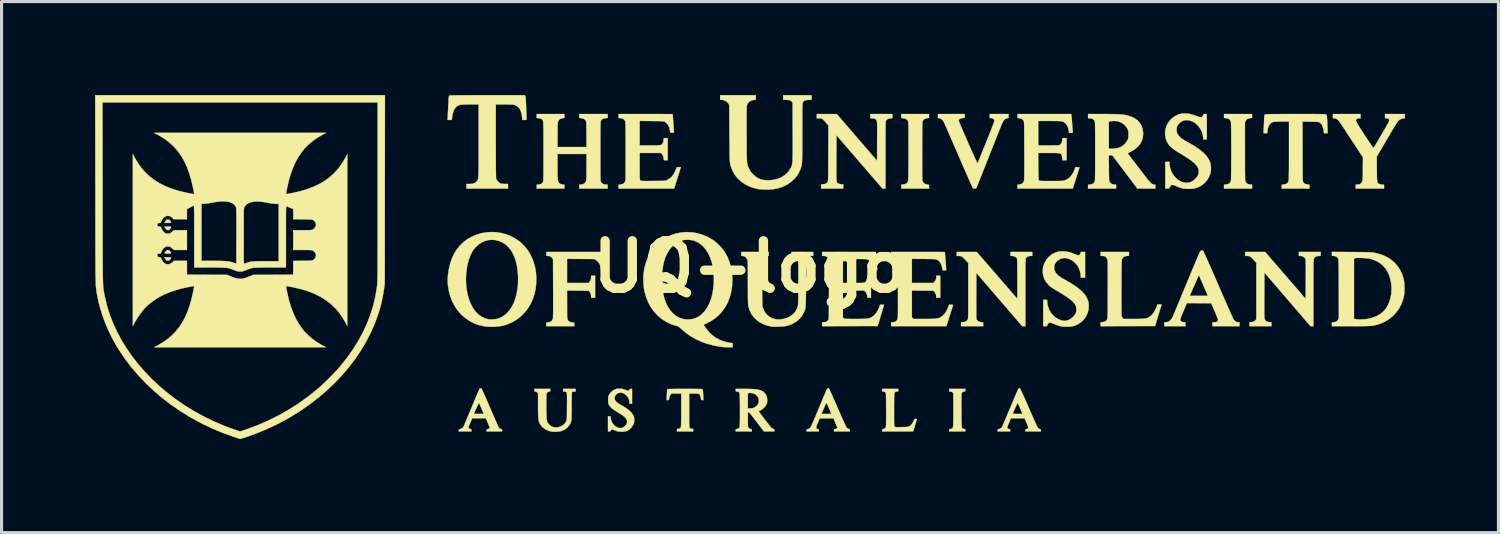
<source format=kicad_pcb>
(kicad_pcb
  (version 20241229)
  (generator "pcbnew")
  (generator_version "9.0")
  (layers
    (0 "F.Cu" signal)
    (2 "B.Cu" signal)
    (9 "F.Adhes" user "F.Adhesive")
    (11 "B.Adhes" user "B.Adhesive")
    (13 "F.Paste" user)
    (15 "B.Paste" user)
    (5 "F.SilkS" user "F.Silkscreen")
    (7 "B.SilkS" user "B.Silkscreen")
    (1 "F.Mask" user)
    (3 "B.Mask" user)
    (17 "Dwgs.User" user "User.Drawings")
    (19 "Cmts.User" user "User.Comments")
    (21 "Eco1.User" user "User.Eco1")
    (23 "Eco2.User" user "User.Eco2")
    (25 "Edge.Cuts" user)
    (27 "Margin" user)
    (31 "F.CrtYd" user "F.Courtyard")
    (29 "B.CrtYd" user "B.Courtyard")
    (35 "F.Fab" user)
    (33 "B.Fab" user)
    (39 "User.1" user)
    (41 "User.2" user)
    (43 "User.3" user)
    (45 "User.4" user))
  (footprint "UQ-logo"
    (layer "F.Cu")
    (at 21.012 5.511)
    (property "Reference" "UQ-logo" (at 0 0 0) (layer "F.SilkS") (effects (font (size 1.524 1.524) (thickness 0.3))))
    (attr through_hole)
    (fp_poly (pts (xy -18.64 -1.511) (xy -18.606 -1.485) (xy -18.592 -1.467) (xy -18.578 -1.442) (xy -18.573 -1.425) (xy -18.58 -1.415) (xy -18.602 -1.41) (xy -18.641 -1.408) (xy -18.677 -1.408) (xy -18.782 -1.408) (xy -18.771 -1.437) (xy -18.746 -1.481) (xy -18.713 -1.509) (xy -18.677 -1.519) (xy -18.64 -1.511)) (stroke (width 0.01) (type solid)) (fill yes) (layer "F.SilkS"))
    (fp_poly (pts (xy -18.625 -0.306) (xy -18.591 -0.304) (xy -18.574 -0.299) (xy -18.571 -0.294) (xy -18.578 -0.271) (xy -18.596 -0.243) (xy -18.619 -0.218) (xy -18.636 -0.205) (xy -18.663 -0.193) (xy -18.686 -0.194) (xy -18.703 -0.201) (xy -18.738 -0.225) (xy -18.765 -0.264) (xy -18.771 -0.278) (xy -18.782 -0.307) (xy -18.677 -0.307) (xy -18.625 -0.306)) (stroke (width 0.01) (type solid)) (fill yes) (layer "F.SilkS"))
    (fp_poly (pts (xy -18.635 -0.527) (xy -18.602 -0.498) (xy -18.595 -0.488) (xy -18.578 -0.461) (xy -18.572 -0.443) (xy -18.578 -0.432) (xy -18.6 -0.426) (xy -18.639 -0.424) (xy -18.677 -0.424) (xy -18.721 -0.424) (xy -18.756 -0.427) (xy -18.778 -0.43) (xy -18.783 -0.433) (xy -18.776 -0.452) (xy -18.758 -0.478) (xy -18.735 -0.504) (xy -18.713 -0.525) (xy -18.706 -0.529) (xy -18.67 -0.538) (xy -18.635 -0.527)) (stroke (width 0.01) (type solid)) (fill yes) (layer "F.SilkS"))
    (fp_poly (pts (xy -18.624 -1.291) (xy -18.589 -1.288) (xy -18.572 -1.283) (xy -18.571 -1.281) (xy -18.578 -1.257) (xy -18.594 -1.227) (xy -18.615 -1.201) (xy -18.626 -1.192) (xy -18.663 -1.177) (xy -18.699 -1.183) (xy -18.723 -1.197) (xy -18.744 -1.219) (xy -18.764 -1.246) (xy -18.779 -1.272) (xy -18.783 -1.286) (xy -18.773 -1.288) (xy -18.746 -1.29) (xy -18.708 -1.291) (xy -18.677 -1.292) (xy -18.624 -1.291)) (stroke (width 0.01) (type solid)) (fill yes) (layer "F.SilkS"))
    (fp_poly (pts (xy 16.115 -4.777) (xy 16.059 -4.77) (xy 16.002 -4.758) (xy 15.96 -4.74) (xy 15.93 -4.713) (xy 15.911 -4.681) (xy 15.887 -4.632) (xy 15.887 -3.7) (xy 15.887 -3.538) (xy 15.887 -3.396) (xy 15.887 -3.273) (xy 15.887 -3.166) (xy 15.888 -3.075) (xy 15.888 -2.999) (xy 15.889 -2.935) (xy 15.89 -2.883) (xy 15.891 -2.842) (xy 15.893 -2.809) (xy 15.894 -2.784) (xy 15.896 -2.765) (xy 15.899 -2.751) (xy 15.902 -2.741) (xy 15.905 -2.733) (xy 15.907 -2.728) (xy 15.937 -2.686) (xy 15.979 -2.659) (xy 16.036 -2.643) (xy 16.053 -2.641) (xy 16.115 -2.634) (xy 16.115 -2.509) (xy 15.215 -2.509) (xy 15.215 -2.636) (xy 15.249 -2.637) (xy 15.317 -2.645) (xy 15.372 -2.668) (xy 15.411 -2.705) (xy 15.435 -2.755) (xy 15.436 -2.759) (xy 15.438 -2.777) (xy 15.44 -2.815) (xy 15.442 -2.871) (xy 15.443 -2.941) (xy 15.444 -3.025) (xy 15.445 -3.121) (xy 15.446 -3.226) (xy 15.447 -3.339) (xy 15.448 -3.457) (xy 15.448 -3.58) (xy 15.448 -3.704) (xy 15.448 -3.828) (xy 15.448 -3.951) (xy 15.447 -4.069) (xy 15.446 -4.182) (xy 15.446 -4.288) (xy 15.445 -4.383) (xy 15.443 -4.467) (xy 15.442 -4.538) (xy 15.44 -4.594) (xy 15.438 -4.632) (xy 15.436 -4.651) (xy 15.436 -4.651) (xy 15.421 -4.687) (xy 15.399 -4.721) (xy 15.397 -4.723) (xy 15.377 -4.741) (xy 15.355 -4.753) (xy 15.322 -4.761) (xy 15.291 -4.766) (xy 15.215 -4.778) (xy 15.215 -4.902) (xy 16.115 -4.902) (xy 16.115 -4.777)) (stroke (width 0.01) (type solid)) (fill yes) (layer "F.SilkS"))
    (fp_poly (pts (xy 6.914 3.96) (xy 6.913 3.987) (xy 6.906 3.999) (xy 6.888 4.002) (xy 6.877 4.002) (xy 6.836 4.012) (xy 6.806 4.038) (xy 6.792 4.068) (xy 6.791 4.083) (xy 6.79 4.117) (xy 6.789 4.168) (xy 6.789 4.234) (xy 6.788 4.313) (xy 6.788 4.402) (xy 6.788 4.499) (xy 6.789 4.603) (xy 6.789 4.623) (xy 6.79 4.747) (xy 6.79 4.852) (xy 6.791 4.938) (xy 6.793 5.009) (xy 6.795 5.065) (xy 6.798 5.109) (xy 6.802 5.141) (xy 6.807 5.165) (xy 6.815 5.181) (xy 6.824 5.19) (xy 6.836 5.196) (xy 6.849 5.199) (xy 6.866 5.202) (xy 6.872 5.203) (xy 6.899 5.209) (xy 6.911 5.218) (xy 6.914 5.239) (xy 6.914 5.246) (xy 6.914 5.283) (xy 6.395 5.283) (xy 6.395 5.247) (xy 6.396 5.224) (xy 6.404 5.212) (xy 6.425 5.206) (xy 6.442 5.203) (xy 6.461 5.201) (xy 6.477 5.198) (xy 6.49 5.194) (xy 6.5 5.185) (xy 6.509 5.172) (xy 6.515 5.152) (xy 6.52 5.122) (xy 6.524 5.083) (xy 6.526 5.031) (xy 6.528 4.965) (xy 6.529 4.884) (xy 6.53 4.786) (xy 6.53 4.668) (xy 6.53 4.634) (xy 6.531 4.53) (xy 6.531 4.431) (xy 6.531 4.34) (xy 6.531 4.259) (xy 6.53 4.19) (xy 6.53 4.136) (xy 6.529 4.098) (xy 6.527 4.079) (xy 6.527 4.078) (xy 6.511 4.037) (xy 6.482 4.011) (xy 6.44 4.002) (xy 6.437 4.002) (xy 6.395 4.002) (xy 6.395 3.917) (xy 6.914 3.917) (xy 6.914 3.96)) (stroke (width 0.01) (type solid)) (fill yes) (layer "F.SilkS"))
    (fp_poly (pts (xy 5.749 -4.776) (xy 5.699 -4.77) (xy 5.634 -4.754) (xy 5.584 -4.726) (xy 5.554 -4.69) (xy 5.55 -4.684) (xy 5.547 -4.676) (xy 5.544 -4.666) (xy 5.541 -4.652) (xy 5.539 -4.634) (xy 5.537 -4.609) (xy 5.536 -4.576) (xy 5.535 -4.535) (xy 5.533 -4.483) (xy 5.533 -4.419) (xy 5.532 -4.342) (xy 5.531 -4.251) (xy 5.531 -4.144) (xy 5.53 -4.019) (xy 5.53 -3.876) (xy 5.529 -3.729) (xy 5.529 -3.538) (xy 5.529 -3.369) (xy 5.529 -3.221) (xy 5.529 -3.093) (xy 5.53 -2.986) (xy 5.531 -2.9) (xy 5.533 -2.835) (xy 5.535 -2.79) (xy 5.537 -2.766) (xy 5.537 -2.763) (xy 5.562 -2.71) (xy 5.602 -2.67) (xy 5.655 -2.645) (xy 5.72 -2.636) (xy 5.722 -2.636) (xy 5.737 -2.635) (xy 5.745 -2.628) (xy 5.748 -2.61) (xy 5.749 -2.576) (xy 5.749 -2.573) (xy 5.749 -2.509) (xy 4.86 -2.509) (xy 4.86 -2.634) (xy 4.921 -2.641) (xy 4.986 -2.655) (xy 5.036 -2.683) (xy 5.068 -2.723) (xy 5.072 -2.73) (xy 5.075 -2.739) (xy 5.077 -2.752) (xy 5.079 -2.769) (xy 5.081 -2.793) (xy 5.083 -2.824) (xy 5.084 -2.863) (xy 5.086 -2.913) (xy 5.086 -2.975) (xy 5.087 -3.049) (xy 5.088 -3.138) (xy 5.089 -3.242) (xy 5.089 -3.363) (xy 5.09 -3.503) (xy 5.09 -3.662) (xy 5.09 -3.683) (xy 5.091 -3.869) (xy 5.091 -4.036) (xy 5.091 -4.183) (xy 5.09 -4.311) (xy 5.089 -4.418) (xy 5.088 -4.506) (xy 5.087 -4.572) (xy 5.085 -4.619) (xy 5.083 -4.644) (xy 5.082 -4.647) (xy 5.065 -4.692) (xy 5.041 -4.725) (xy 5.004 -4.747) (xy 4.952 -4.763) (xy 4.91 -4.77) (xy 4.86 -4.776) (xy 4.86 -4.902) (xy 5.749 -4.902) (xy 5.749 -4.776)) (stroke (width 0.01) (type solid)) (fill yes) (layer "F.SilkS"))
    (fp_poly (pts (xy -4.697 -0.431) (xy -4.694 -0.408) (xy -4.691 -0.367) (xy -4.686 -0.314) (xy -4.682 -0.253) (xy -4.677 -0.186) (xy -4.672 -0.119) (xy -4.667 -0.055) (xy -4.664 0.003) (xy -4.661 0.049) (xy -4.659 0.081) (xy -4.659 0.093) (xy -4.661 0.106) (xy -4.67 0.114) (xy -4.692 0.116) (xy -4.716 0.116) (xy -4.773 0.116) (xy -4.78 0.056) (xy -4.8 -0.036) (xy -4.835 -0.114) (xy -4.885 -0.176) (xy -4.943 -0.22) (xy -4.992 -0.249) (xy -5.429 -0.252) (xy -5.866 -0.255) (xy -5.866 0.519) (xy -5.176 0.519) (xy -5.146 0.489) (xy -5.116 0.444) (xy -5.097 0.386) (xy -5.093 0.331) (xy -5.093 0.286) (xy -4.966 0.286) (xy -4.966 0.995) (xy -5.093 0.995) (xy -5.093 0.958) (xy -5.099 0.896) (xy -5.117 0.842) (xy -5.144 0.801) (xy -5.147 0.798) (xy -5.179 0.768) (xy -5.522 0.765) (xy -5.866 0.761) (xy -5.865 1.209) (xy -5.865 1.319) (xy -5.865 1.41) (xy -5.865 1.483) (xy -5.864 1.542) (xy -5.862 1.588) (xy -5.861 1.623) (xy -5.858 1.649) (xy -5.855 1.669) (xy -5.852 1.684) (xy -5.847 1.696) (xy -5.845 1.701) (xy -5.824 1.736) (xy -5.795 1.759) (xy -5.754 1.775) (xy -5.699 1.784) (xy -5.633 1.791) (xy -5.633 1.906) (xy -6.533 1.906) (xy -6.533 1.792) (xy -6.462 1.781) (xy -6.404 1.765) (xy -6.362 1.74) (xy -6.334 1.702) (xy -6.322 1.669) (xy -6.319 1.654) (xy -6.317 1.626) (xy -6.316 1.584) (xy -6.314 1.527) (xy -6.313 1.455) (xy -6.312 1.366) (xy -6.312 1.26) (xy -6.312 1.136) (xy -6.312 0.993) (xy -6.312 0.83) (xy -6.313 0.693) (xy -6.316 -0.238) (xy -6.34 -0.277) (xy -6.377 -0.317) (xy -6.427 -0.342) (xy -6.484 -0.349) (xy -6.533 -0.349) (xy -6.533 -0.476) (xy -4.702 -0.476) (xy -4.697 -0.431)) (stroke (width 0.01) (type solid)) (fill yes) (layer "F.SilkS"))
    (fp_poly (pts (xy 17.185 0.277) (xy 17.835 1.03) (xy 17.838 0.402) (xy 17.838 0.271) (xy 17.839 0.159) (xy 17.839 0.064) (xy 17.839 -0.014) (xy 17.838 -0.077) (xy 17.838 -0.128) (xy 17.836 -0.168) (xy 17.835 -0.198) (xy 17.833 -0.221) (xy 17.83 -0.237) (xy 17.827 -0.249) (xy 17.823 -0.259) (xy 17.821 -0.263) (xy 17.791 -0.3) (xy 17.748 -0.329) (xy 17.696 -0.346) (xy 17.664 -0.349) (xy 17.618 -0.349) (xy 17.618 -0.476) (xy 18.317 -0.476) (xy 18.317 -0.352) (xy 18.248 -0.347) (xy 18.19 -0.339) (xy 18.148 -0.319) (xy 18.116 -0.287) (xy 18.102 -0.264) (xy 18.099 -0.257) (xy 18.097 -0.248) (xy 18.094 -0.235) (xy 18.092 -0.218) (xy 18.091 -0.195) (xy 18.089 -0.164) (xy 18.088 -0.125) (xy 18.087 -0.077) (xy 18.086 -0.017) (xy 18.085 0.055) (xy 18.085 0.14) (xy 18.084 0.24) (xy 18.084 0.356) (xy 18.084 0.489) (xy 18.084 0.641) (xy 18.084 0.812) (xy 18.084 0.839) (xy 18.084 1.906) (xy 17.99 1.906) (xy 17.251 1.046) (xy 16.512 0.187) (xy 16.509 0.921) (xy 16.508 1.064) (xy 16.508 1.188) (xy 16.508 1.293) (xy 16.508 1.382) (xy 16.508 1.456) (xy 16.509 1.516) (xy 16.51 1.564) (xy 16.511 1.602) (xy 16.513 1.631) (xy 16.515 1.653) (xy 16.517 1.669) (xy 16.52 1.681) (xy 16.523 1.69) (xy 16.525 1.693) (xy 16.555 1.733) (xy 16.601 1.76) (xy 16.663 1.775) (xy 16.676 1.776) (xy 16.739 1.782) (xy 16.739 1.906) (xy 16.03 1.906) (xy 16.03 1.779) (xy 16.068 1.779) (xy 16.132 1.771) (xy 16.186 1.747) (xy 16.221 1.718) (xy 16.252 1.683) (xy 16.252 -0.124) (xy 16.161 -0.226) (xy 16.117 -0.274) (xy 16.081 -0.308) (xy 16.049 -0.33) (xy 16.017 -0.343) (xy 15.981 -0.348) (xy 15.942 -0.349) (xy 15.892 -0.349) (xy 15.892 -0.476) (xy 16.535 -0.476) (xy 17.185 0.277)) (stroke (width 0.01) (type solid)) (fill yes) (layer "F.SilkS"))
    (fp_poly (pts (xy -1.957 3.918) (xy -1.848 3.918) (xy -1.756 3.919) (xy -1.682 3.919) (xy -1.624 3.921) (xy -1.579 3.922) (xy -1.548 3.924) (xy -1.528 3.927) (xy -1.518 3.93) (xy -1.516 3.931) (xy -1.512 3.945) (xy -1.508 3.977) (xy -1.503 4.022) (xy -1.5 4.077) (xy -1.498 4.111) (xy -1.49 4.277) (xy -1.529 4.277) (xy -1.554 4.276) (xy -1.565 4.268) (xy -1.567 4.248) (xy -1.567 4.248) (xy -1.572 4.205) (xy -1.585 4.159) (xy -1.603 4.118) (xy -1.624 4.09) (xy -1.627 4.087) (xy -1.64 4.079) (xy -1.656 4.073) (xy -1.678 4.069) (xy -1.711 4.067) (xy -1.758 4.066) (xy -1.801 4.066) (xy -1.948 4.066) (xy -1.948 4.611) (xy -1.948 4.732) (xy -1.948 4.834) (xy -1.948 4.919) (xy -1.947 4.987) (xy -1.946 5.042) (xy -1.945 5.084) (xy -1.944 5.115) (xy -1.942 5.138) (xy -1.939 5.154) (xy -1.936 5.164) (xy -1.932 5.172) (xy -1.927 5.177) (xy -1.927 5.177) (xy -1.894 5.195) (xy -1.863 5.199) (xy -1.821 5.199) (xy -1.821 5.283) (xy -2.34 5.283) (xy -2.34 5.241) (xy -2.339 5.214) (xy -2.332 5.202) (xy -2.314 5.199) (xy -2.302 5.199) (xy -2.259 5.193) (xy -2.231 5.176) (xy -2.214 5.144) (xy -2.211 5.125) (xy -2.208 5.087) (xy -2.206 5.029) (xy -2.204 4.951) (xy -2.203 4.853) (xy -2.203 4.734) (xy -2.202 4.595) (xy -2.202 4.066) (xy -2.508 4.066) (xy -2.539 4.097) (xy -2.564 4.134) (xy -2.584 4.183) (xy -2.593 4.235) (xy -2.594 4.25) (xy -2.597 4.268) (xy -2.608 4.276) (xy -2.632 4.277) (xy -2.671 4.277) (xy -2.663 4.105) (xy -2.66 4.047) (xy -2.657 3.996) (xy -2.654 3.956) (xy -2.652 3.932) (xy -2.651 3.925) (xy -2.639 3.924) (xy -2.609 3.922) (xy -2.561 3.921) (xy -2.498 3.92) (xy -2.422 3.919) (xy -2.335 3.918) (xy -2.238 3.918) (xy -2.134 3.917) (xy -2.086 3.917) (xy -1.957 3.918)) (stroke (width 0.01) (type solid)) (fill yes) (layer "F.SilkS"))
    (fp_poly (pts (xy 4.764 3.96) (xy 4.763 3.987) (xy 4.756 3.999) (xy 4.738 4.002) (xy 4.727 4.002) (xy 4.684 4.007) (xy 4.656 4.025) (xy 4.639 4.056) (xy 4.635 4.076) (xy 4.633 4.115) (xy 4.631 4.174) (xy 4.629 4.253) (xy 4.628 4.353) (xy 4.627 4.473) (xy 4.627 4.594) (xy 4.627 4.712) (xy 4.627 4.811) (xy 4.628 4.892) (xy 4.628 4.957) (xy 4.629 5.008) (xy 4.631 5.047) (xy 4.633 5.076) (xy 4.635 5.097) (xy 4.638 5.111) (xy 4.642 5.12) (xy 4.644 5.123) (xy 4.65 5.131) (xy 4.658 5.137) (xy 4.67 5.141) (xy 4.69 5.144) (xy 4.719 5.145) (xy 4.762 5.145) (xy 4.822 5.145) (xy 4.869 5.144) (xy 4.94 5.143) (xy 4.994 5.141) (xy 5.033 5.139) (xy 5.062 5.136) (xy 5.083 5.132) (xy 5.1 5.126) (xy 5.116 5.117) (xy 5.126 5.111) (xy 5.175 5.072) (xy 5.218 5.017) (xy 5.253 4.95) (xy 5.26 4.931) (xy 5.271 4.901) (xy 5.283 4.887) (xy 5.3 4.881) (xy 5.318 4.881) (xy 5.343 4.883) (xy 5.357 4.887) (xy 5.357 4.888) (xy 5.356 4.897) (xy 5.35 4.919) (xy 5.34 4.954) (xy 5.325 5.005) (xy 5.304 5.072) (xy 5.278 5.158) (xy 5.271 5.18) (xy 5.24 5.283) (xy 4.246 5.283) (xy 4.246 5.247) (xy 4.247 5.224) (xy 4.256 5.212) (xy 4.279 5.206) (xy 4.289 5.204) (xy 4.323 5.193) (xy 4.347 5.172) (xy 4.352 5.163) (xy 4.357 5.155) (xy 4.361 5.144) (xy 4.364 5.131) (xy 4.367 5.112) (xy 4.369 5.085) (xy 4.37 5.05) (xy 4.371 5.004) (xy 4.372 4.944) (xy 4.372 4.871) (xy 4.373 4.78) (xy 4.373 4.671) (xy 4.373 4.61) (xy 4.372 4.47) (xy 4.372 4.351) (xy 4.371 4.252) (xy 4.369 4.174) (xy 4.367 4.115) (xy 4.364 4.076) (xy 4.361 4.057) (xy 4.361 4.056) (xy 4.342 4.023) (xy 4.311 4.006) (xy 4.278 4.002) (xy 4.257 4.001) (xy 4.248 3.992) (xy 4.246 3.969) (xy 4.246 3.96) (xy 4.246 3.917) (xy 4.764 3.917) (xy 4.764 3.96)) (stroke (width 0.01) (type solid)) (fill yes) (layer "F.SilkS"))
    (fp_poly (pts (xy 4.574 -4.764) (xy 4.52 -4.764) (xy 4.463 -4.756) (xy 4.413 -4.734) (xy 4.376 -4.701) (xy 4.369 -4.69) (xy 4.366 -4.684) (xy 4.364 -4.675) (xy 4.361 -4.662) (xy 4.36 -4.644) (xy 4.358 -4.619) (xy 4.356 -4.586) (xy 4.355 -4.544) (xy 4.354 -4.492) (xy 4.353 -4.429) (xy 4.353 -4.353) (xy 4.352 -4.262) (xy 4.352 -4.157) (xy 4.352 -4.035) (xy 4.352 -3.896) (xy 4.352 -3.738) (xy 4.352 -3.585) (xy 4.352 -2.509) (xy 4.257 -2.509) (xy 2.779 -4.222) (xy 2.777 -3.48) (xy 2.776 -3.333) (xy 2.775 -3.206) (xy 2.775 -3.097) (xy 2.775 -3.005) (xy 2.776 -2.928) (xy 2.777 -2.865) (xy 2.779 -2.814) (xy 2.782 -2.774) (xy 2.786 -2.743) (xy 2.791 -2.72) (xy 2.797 -2.704) (xy 2.805 -2.692) (xy 2.815 -2.684) (xy 2.826 -2.678) (xy 2.839 -2.673) (xy 2.852 -2.667) (xy 2.891 -2.655) (xy 2.935 -2.648) (xy 2.946 -2.647) (xy 2.996 -2.647) (xy 2.996 -2.509) (xy 2.287 -2.509) (xy 2.287 -2.647) (xy 2.343 -2.647) (xy 2.406 -2.655) (xy 2.458 -2.68) (xy 2.493 -2.714) (xy 2.497 -2.719) (xy 2.5 -2.726) (xy 2.503 -2.735) (xy 2.505 -2.747) (xy 2.508 -2.764) (xy 2.509 -2.788) (xy 2.511 -2.819) (xy 2.512 -2.86) (xy 2.513 -2.911) (xy 2.514 -2.974) (xy 2.515 -3.05) (xy 2.515 -3.141) (xy 2.516 -3.247) (xy 2.516 -3.372) (xy 2.517 -3.514) (xy 2.517 -3.64) (xy 2.52 -4.537) (xy 2.435 -4.635) (xy 2.399 -4.675) (xy 2.365 -4.709) (xy 2.337 -4.735) (xy 2.319 -4.749) (xy 2.288 -4.758) (xy 2.245 -4.764) (xy 2.219 -4.764) (xy 2.149 -4.764) (xy 2.149 -4.902) (xy 2.79 -4.901) (xy 3.436 -4.151) (xy 4.082 -3.402) (xy 4.084 -4.037) (xy 4.085 -4.172) (xy 4.085 -4.288) (xy 4.086 -4.385) (xy 4.085 -4.467) (xy 4.085 -4.533) (xy 4.083 -4.587) (xy 4.081 -4.629) (xy 4.077 -4.661) (xy 4.073 -4.685) (xy 4.067 -4.703) (xy 4.059 -4.715) (xy 4.05 -4.725) (xy 4.039 -4.732) (xy 4.027 -4.74) (xy 4.02 -4.744) (xy 3.979 -4.76) (xy 3.925 -4.764) (xy 3.865 -4.764) (xy 3.865 -4.902) (xy 4.574 -4.902) (xy 4.574 -4.764)) (stroke (width 0.01) (type solid)) (fill yes) (layer "F.SilkS"))
    (fp_poly (pts (xy 12.165 -0.352) (xy 12.097 -0.347) (xy 12.04 -0.339) (xy 11.998 -0.32) (xy 11.966 -0.288) (xy 11.948 -0.259) (xy 11.944 -0.251) (xy 11.941 -0.242) (xy 11.938 -0.23) (xy 11.936 -0.215) (xy 11.934 -0.195) (xy 11.932 -0.167) (xy 11.93 -0.132) (xy 11.929 -0.088) (xy 11.928 -0.032) (xy 11.927 0.036) (xy 11.926 0.117) (xy 11.926 0.214) (xy 11.925 0.327) (xy 11.925 0.458) (xy 11.924 0.608) (xy 11.924 0.662) (xy 11.923 0.797) (xy 11.923 0.927) (xy 11.923 1.049) (xy 11.923 1.163) (xy 11.923 1.267) (xy 11.924 1.358) (xy 11.924 1.435) (xy 11.925 1.497) (xy 11.926 1.542) (xy 11.926 1.569) (xy 11.927 1.575) (xy 11.938 1.606) (xy 11.958 1.638) (xy 11.96 1.641) (xy 11.987 1.673) (xy 12.319 1.673) (xy 12.424 1.673) (xy 12.511 1.672) (xy 12.581 1.669) (xy 12.639 1.665) (xy 12.685 1.66) (xy 12.724 1.652) (xy 12.757 1.641) (xy 12.787 1.627) (xy 12.817 1.61) (xy 12.837 1.597) (xy 12.893 1.55) (xy 12.947 1.485) (xy 12.996 1.407) (xy 13.038 1.32) (xy 13.059 1.263) (xy 13.078 1.207) (xy 13.212 1.207) (xy 13.202 1.241) (xy 13.197 1.26) (xy 13.186 1.296) (xy 13.171 1.347) (xy 13.152 1.409) (xy 13.131 1.481) (xy 13.107 1.558) (xy 13.098 1.588) (xy 13.004 1.901) (xy 12.13 1.903) (xy 11.255 1.906) (xy 11.255 1.781) (xy 11.318 1.777) (xy 11.375 1.767) (xy 11.418 1.745) (xy 11.452 1.707) (xy 11.461 1.693) (xy 11.465 1.686) (xy 11.468 1.678) (xy 11.471 1.668) (xy 11.473 1.654) (xy 11.476 1.635) (xy 11.477 1.609) (xy 11.479 1.576) (xy 11.48 1.533) (xy 11.481 1.479) (xy 11.482 1.414) (xy 11.483 1.335) (xy 11.483 1.242) (xy 11.484 1.132) (xy 11.484 1.005) (xy 11.485 0.859) (xy 11.485 0.738) (xy 11.486 0.553) (xy 11.486 0.39) (xy 11.486 0.246) (xy 11.485 0.123) (xy 11.485 0.019) (xy 11.484 -0.066) (xy 11.482 -0.133) (xy 11.48 -0.181) (xy 11.478 -0.212) (xy 11.477 -0.224) (xy 11.462 -0.259) (xy 11.439 -0.294) (xy 11.43 -0.305) (xy 11.409 -0.326) (xy 11.39 -0.338) (xy 11.364 -0.344) (xy 11.325 -0.347) (xy 11.255 -0.352) (xy 11.255 -0.476) (xy 12.165 -0.476) (xy 12.165 -0.352)) (stroke (width 0.01) (type solid)) (fill yes) (layer "F.SilkS"))
    (fp_poly (pts (xy 2.523 3.893) (xy 2.534 3.899) (xy 2.541 3.911) (xy 2.556 3.94) (xy 2.577 3.986) (xy 2.605 4.046) (xy 2.638 4.119) (xy 2.675 4.203) (xy 2.717 4.296) (xy 2.761 4.397) (xy 2.807 4.504) (xy 2.817 4.526) (xy 2.872 4.651) (xy 2.922 4.765) (xy 2.967 4.868) (xy 3.008 4.958) (xy 3.042 5.033) (xy 3.07 5.093) (xy 3.092 5.137) (xy 3.106 5.163) (xy 3.11 5.169) (xy 3.139 5.191) (xy 3.171 5.204) (xy 3.173 5.205) (xy 3.197 5.212) (xy 3.207 5.226) (xy 3.208 5.247) (xy 3.208 5.283) (xy 2.7 5.283) (xy 2.7 5.246) (xy 2.702 5.221) (xy 2.711 5.211) (xy 2.729 5.209) (xy 2.759 5.204) (xy 2.786 5.19) (xy 2.803 5.172) (xy 2.806 5.163) (xy 2.802 5.149) (xy 2.791 5.119) (xy 2.774 5.078) (xy 2.753 5.029) (xy 2.744 5.007) (xy 2.683 4.865) (xy 2.24 4.865) (xy 2.178 5.011) (xy 2.152 5.074) (xy 2.135 5.121) (xy 2.127 5.155) (xy 2.128 5.177) (xy 2.138 5.192) (xy 2.157 5.2) (xy 2.176 5.205) (xy 2.201 5.211) (xy 2.211 5.224) (xy 2.213 5.247) (xy 2.213 5.283) (xy 1.821 5.283) (xy 1.821 5.248) (xy 1.823 5.225) (xy 1.832 5.213) (xy 1.854 5.207) (xy 1.865 5.205) (xy 1.913 5.187) (xy 1.938 5.167) (xy 1.95 5.147) (xy 1.97 5.109) (xy 1.997 5.051) (xy 2.031 4.976) (xy 2.07 4.884) (xy 2.116 4.776) (xy 2.124 4.757) (xy 2.138 4.722) (xy 2.297 4.722) (xy 2.457 4.722) (xy 2.521 4.722) (xy 2.566 4.72) (xy 2.595 4.718) (xy 2.61 4.714) (xy 2.612 4.709) (xy 2.612 4.709) (xy 2.599 4.676) (xy 2.581 4.634) (xy 2.56 4.585) (xy 2.537 4.534) (xy 2.515 4.483) (xy 2.494 4.437) (xy 2.476 4.399) (xy 2.463 4.373) (xy 2.457 4.362) (xy 2.457 4.362) (xy 2.451 4.372) (xy 2.438 4.398) (xy 2.419 4.44) (xy 2.395 4.494) (xy 2.367 4.558) (xy 2.336 4.629) (xy 2.312 4.688) (xy 2.297 4.722) (xy 2.138 4.722) (xy 2.164 4.66) (xy 2.206 4.559) (xy 2.248 4.457) (xy 2.289 4.359) (xy 2.326 4.269) (xy 2.358 4.192) (xy 2.377 4.146) (xy 2.412 4.064) (xy 2.439 4.001) (xy 2.462 3.954) (xy 2.481 3.921) (xy 2.496 3.901) (xy 2.51 3.892) (xy 2.523 3.893)) (stroke (width 0.01) (type solid)) (fill yes) (layer "F.SilkS"))
    (fp_poly (pts (xy 8.664 3.899) (xy 8.665 3.9) (xy 8.674 3.913) (xy 8.69 3.945) (xy 8.715 3.995) (xy 8.746 4.063) (xy 8.785 4.148) (xy 8.83 4.249) (xy 8.882 4.366) (xy 8.94 4.499) (xy 8.954 4.532) (xy 9.001 4.64) (xy 9.046 4.743) (xy 9.089 4.839) (xy 9.128 4.927) (xy 9.163 5.004) (xy 9.192 5.068) (xy 9.216 5.119) (xy 9.234 5.154) (xy 9.243 5.172) (xy 9.245 5.174) (xy 9.272 5.193) (xy 9.303 5.205) (xy 9.327 5.212) (xy 9.337 5.225) (xy 9.338 5.247) (xy 9.338 5.283) (xy 8.841 5.283) (xy 8.841 5.248) (xy 8.843 5.226) (xy 8.852 5.214) (xy 8.874 5.206) (xy 8.886 5.203) (xy 8.916 5.194) (xy 8.93 5.181) (xy 8.934 5.169) (xy 8.931 5.15) (xy 8.921 5.117) (xy 8.905 5.073) (xy 8.885 5.022) (xy 8.876 5.002) (xy 8.814 4.86) (xy 8.377 4.86) (xy 8.318 4.998) (xy 8.296 5.05) (xy 8.278 5.097) (xy 8.265 5.134) (xy 8.259 5.157) (xy 8.258 5.161) (xy 8.268 5.183) (xy 8.293 5.2) (xy 8.326 5.209) (xy 8.333 5.209) (xy 8.347 5.214) (xy 8.353 5.23) (xy 8.354 5.246) (xy 8.354 5.283) (xy 7.951 5.283) (xy 7.951 5.246) (xy 7.953 5.221) (xy 7.962 5.211) (xy 7.978 5.209) (xy 8.021 5.2) (xy 8.062 5.175) (xy 8.087 5.148) (xy 8.095 5.133) (xy 8.11 5.101) (xy 8.131 5.052) (xy 8.159 4.989) (xy 8.191 4.914) (xy 8.227 4.828) (xy 8.267 4.733) (xy 8.276 4.712) (xy 8.438 4.712) (xy 8.449 4.716) (xy 8.477 4.719) (xy 8.52 4.721) (xy 8.575 4.722) (xy 8.592 4.722) (xy 8.646 4.722) (xy 8.692 4.72) (xy 8.726 4.718) (xy 8.744 4.715) (xy 8.745 4.713) (xy 8.741 4.7) (xy 8.73 4.671) (xy 8.714 4.632) (xy 8.694 4.585) (xy 8.672 4.536) (xy 8.65 4.486) (xy 8.629 4.441) (xy 8.612 4.404) (xy 8.599 4.379) (xy 8.593 4.369) (xy 8.587 4.378) (xy 8.574 4.402) (xy 8.556 4.438) (xy 8.536 4.483) (xy 8.513 4.532) (xy 8.491 4.582) (xy 8.471 4.628) (xy 8.454 4.668) (xy 8.443 4.697) (xy 8.438 4.712) (xy 8.438 4.712) (xy 8.276 4.712) (xy 8.31 4.631) (xy 8.355 4.523) (xy 8.358 4.516) (xy 8.403 4.408) (xy 8.445 4.307) (xy 8.485 4.213) (xy 8.522 4.128) (xy 8.554 4.053) (xy 8.581 3.992) (xy 8.602 3.944) (xy 8.618 3.913) (xy 8.625 3.899) (xy 8.626 3.899) (xy 8.644 3.891) (xy 8.664 3.899)) (stroke (width 0.01) (type solid)) (fill yes) (layer "F.SilkS"))
    (fp_poly (pts (xy 19.598 -4.764) (xy 19.545 -4.764) (xy 19.506 -4.761) (xy 19.48 -4.751) (xy 19.47 -4.742) (xy 19.46 -4.731) (xy 19.453 -4.719) (xy 19.45 -4.705) (xy 19.451 -4.687) (xy 19.459 -4.664) (xy 19.472 -4.634) (xy 19.493 -4.596) (xy 19.521 -4.548) (xy 19.558 -4.488) (xy 19.604 -4.416) (xy 19.661 -4.329) (xy 19.728 -4.225) (xy 19.73 -4.222) (xy 19.795 -4.124) (xy 19.848 -4.043) (xy 19.893 -3.976) (xy 19.928 -3.924) (xy 19.956 -3.883) (xy 19.978 -3.854) (xy 19.994 -3.834) (xy 20.005 -3.822) (xy 20.013 -3.818) (xy 20.018 -3.819) (xy 20.019 -3.82) (xy 20.027 -3.833) (xy 20.045 -3.862) (xy 20.071 -3.905) (xy 20.104 -3.961) (xy 20.143 -4.027) (xy 20.188 -4.103) (xy 20.236 -4.184) (xy 20.276 -4.253) (xy 20.342 -4.367) (xy 20.398 -4.463) (xy 20.442 -4.543) (xy 20.477 -4.605) (xy 20.501 -4.652) (xy 20.515 -4.683) (xy 20.519 -4.699) (xy 20.511 -4.733) (xy 20.485 -4.755) (xy 20.443 -4.764) (xy 20.431 -4.764) (xy 20.381 -4.764) (xy 20.381 -4.902) (xy 21.017 -4.902) (xy 21.017 -4.764) (xy 20.976 -4.764) (xy 20.93 -4.756) (xy 20.878 -4.735) (xy 20.829 -4.703) (xy 20.79 -4.666) (xy 20.778 -4.649) (xy 20.757 -4.615) (xy 20.727 -4.567) (xy 20.689 -4.505) (xy 20.645 -4.433) (xy 20.596 -4.351) (xy 20.543 -4.261) (xy 20.486 -4.165) (xy 20.435 -4.077) (xy 20.116 -3.533) (xy 20.119 -3.14) (xy 20.12 -3.033) (xy 20.121 -2.946) (xy 20.122 -2.875) (xy 20.125 -2.819) (xy 20.128 -2.775) (xy 20.132 -2.743) (xy 20.138 -2.718) (xy 20.146 -2.7) (xy 20.156 -2.687) (xy 20.169 -2.675) (xy 20.183 -2.664) (xy 20.217 -2.648) (xy 20.266 -2.639) (xy 20.281 -2.638) (xy 20.35 -2.634) (xy 20.35 -2.509) (xy 19.439 -2.509) (xy 19.439 -2.634) (xy 19.503 -2.638) (xy 19.559 -2.648) (xy 19.601 -2.67) (xy 19.633 -2.706) (xy 19.646 -2.727) (xy 19.651 -2.739) (xy 19.656 -2.753) (xy 19.659 -2.771) (xy 19.662 -2.795) (xy 19.665 -2.827) (xy 19.666 -2.87) (xy 19.667 -2.926) (xy 19.669 -2.998) (xy 19.669 -3.087) (xy 19.67 -3.139) (xy 19.673 -3.51) (xy 19.354 -3.997) (xy 19.292 -4.091) (xy 19.232 -4.183) (xy 19.175 -4.269) (xy 19.123 -4.349) (xy 19.077 -4.42) (xy 19.038 -4.48) (xy 19.008 -4.527) (xy 18.987 -4.559) (xy 18.981 -4.569) (xy 18.933 -4.641) (xy 18.888 -4.696) (xy 18.845 -4.733) (xy 18.802 -4.755) (xy 18.757 -4.764) (xy 18.746 -4.764) (xy 18.709 -4.764) (xy 18.709 -4.902) (xy 19.598 -4.902) (xy 19.598 -4.764)) (stroke (width 0.01) (type solid)) (fill yes) (layer "F.SilkS"))
    (fp_poly (pts (xy -6.406 3.96) (xy -6.407 3.987) (xy -6.414 3.999) (xy -6.431 4.002) (xy -6.438 4.002) (xy -6.473 4.012) (xy -6.503 4.039) (xy -6.523 4.079) (xy -6.528 4.102) (xy -6.529 4.123) (xy -6.53 4.162) (xy -6.531 4.217) (xy -6.531 4.285) (xy -6.531 4.363) (xy -6.531 4.449) (xy -6.53 4.527) (xy -6.529 4.636) (xy -6.527 4.726) (xy -6.525 4.8) (xy -6.522 4.859) (xy -6.517 4.906) (xy -6.51 4.944) (xy -6.501 4.974) (xy -6.49 4.999) (xy -6.475 5.021) (xy -6.457 5.042) (xy -6.435 5.066) (xy -6.433 5.067) (xy -6.396 5.101) (xy -6.363 5.123) (xy -6.323 5.139) (xy -6.316 5.141) (xy -6.239 5.153) (xy -6.16 5.149) (xy -6.084 5.128) (xy -6.014 5.094) (xy -5.955 5.046) (xy -5.909 4.989) (xy -5.896 4.963) (xy -5.89 4.949) (xy -5.885 4.935) (xy -5.881 4.92) (xy -5.877 4.9) (xy -5.875 4.874) (xy -5.873 4.841) (xy -5.871 4.796) (xy -5.87 4.739) (xy -5.869 4.667) (xy -5.869 4.578) (xy -5.868 4.484) (xy -5.867 4.371) (xy -5.867 4.278) (xy -5.867 4.202) (xy -5.868 4.142) (xy -5.871 4.096) (xy -5.875 4.062) (xy -5.88 4.038) (xy -5.888 4.022) (xy -5.898 4.012) (xy -5.911 4.007) (xy -5.926 4.005) (xy -5.943 4.004) (xy -5.993 4.001) (xy -5.993 3.917) (xy -5.59 3.917) (xy -5.59 4.002) (xy -5.641 4.002) (xy -5.674 4.005) (xy -5.698 4.011) (xy -5.705 4.015) (xy -5.708 4.024) (xy -5.711 4.046) (xy -5.713 4.081) (xy -5.715 4.13) (xy -5.716 4.196) (xy -5.717 4.28) (xy -5.717 4.383) (xy -5.717 4.441) (xy -5.718 4.535) (xy -5.718 4.626) (xy -5.72 4.709) (xy -5.721 4.782) (xy -5.723 4.843) (xy -5.725 4.888) (xy -5.728 4.916) (xy -5.728 4.918) (xy -5.753 5.008) (xy -5.796 5.088) (xy -5.855 5.158) (xy -5.929 5.216) (xy -6.016 5.259) (xy -6.096 5.282) (xy -6.148 5.289) (xy -6.211 5.292) (xy -6.279 5.292) (xy -6.344 5.288) (xy -6.399 5.281) (xy -6.416 5.277) (xy -6.508 5.244) (xy -6.591 5.197) (xy -6.663 5.137) (xy -6.72 5.069) (xy -6.75 5.016) (xy -6.761 4.988) (xy -6.771 4.958) (xy -6.779 4.923) (xy -6.785 4.882) (xy -6.789 4.831) (xy -6.793 4.77) (xy -6.795 4.695) (xy -6.796 4.605) (xy -6.797 4.496) (xy -6.797 4.435) (xy -6.797 4.058) (xy -6.823 4.03) (xy -6.857 4.007) (xy -6.882 4.002) (xy -6.902 4.001) (xy -6.911 3.992) (xy -6.914 3.969) (xy -6.914 3.96) (xy -6.914 3.917) (xy -6.406 3.917) (xy -6.406 3.96)) (stroke (width 0.01) (type solid)) (fill yes) (layer "F.SilkS"))
    (fp_poly (pts (xy 6.893 -4.778) (xy 6.824 -4.773) (xy 6.768 -4.764) (xy 6.729 -4.744) (xy 6.706 -4.716) (xy 6.702 -4.692) (xy 6.706 -4.678) (xy 6.718 -4.647) (xy 6.736 -4.6) (xy 6.761 -4.541) (xy 6.791 -4.47) (xy 6.825 -4.39) (xy 6.863 -4.303) (xy 6.903 -4.209) (xy 6.945 -4.112) (xy 6.989 -4.013) (xy 7.033 -3.913) (xy 7.076 -3.816) (xy 7.118 -3.722) (xy 7.158 -3.633) (xy 7.194 -3.552) (xy 7.227 -3.479) (xy 7.256 -3.418) (xy 7.279 -3.37) (xy 7.295 -3.336) (xy 7.305 -3.319) (xy 7.307 -3.317) (xy 7.312 -3.329) (xy 7.324 -3.359) (xy 7.343 -3.405) (xy 7.368 -3.466) (xy 7.398 -3.54) (xy 7.432 -3.625) (xy 7.471 -3.721) (xy 7.513 -3.825) (xy 7.557 -3.935) (xy 7.586 -4.006) (xy 7.639 -4.138) (xy 7.684 -4.252) (xy 7.723 -4.349) (xy 7.755 -4.43) (xy 7.782 -4.498) (xy 7.803 -4.553) (xy 7.82 -4.598) (xy 7.832 -4.632) (xy 7.84 -4.658) (xy 7.845 -4.678) (xy 7.847 -4.692) (xy 7.847 -4.703) (xy 7.846 -4.71) (xy 7.844 -4.714) (xy 7.821 -4.744) (xy 7.784 -4.765) (xy 7.738 -4.775) (xy 7.729 -4.775) (xy 7.697 -4.775) (xy 7.697 -4.902) (xy 8.301 -4.902) (xy 8.301 -4.775) (xy 8.257 -4.768) (xy 8.21 -4.752) (xy 8.168 -4.719) (xy 8.129 -4.667) (xy 8.108 -4.63) (xy 8.099 -4.61) (xy 8.083 -4.572) (xy 8.06 -4.517) (xy 8.031 -4.447) (xy 7.997 -4.362) (xy 7.958 -4.265) (xy 7.915 -4.157) (xy 7.868 -4.04) (xy 7.818 -3.914) (xy 7.766 -3.781) (xy 7.711 -3.643) (xy 7.676 -3.552) (xy 7.621 -3.413) (xy 7.568 -3.279) (xy 7.517 -3.151) (xy 7.47 -3.032) (xy 7.426 -2.922) (xy 7.387 -2.823) (xy 7.352 -2.736) (xy 7.322 -2.662) (xy 7.297 -2.603) (xy 7.28 -2.56) (xy 7.268 -2.535) (xy 7.265 -2.528) (xy 7.241 -2.514) (xy 7.208 -2.509) (xy 7.175 -2.515) (xy 7.154 -2.528) (xy 7.148 -2.54) (xy 7.133 -2.571) (xy 7.112 -2.618) (xy 7.084 -2.681) (xy 7.049 -2.758) (xy 7.01 -2.848) (xy 6.965 -2.949) (xy 6.916 -3.061) (xy 6.863 -3.182) (xy 6.807 -3.311) (xy 6.748 -3.447) (xy 6.691 -3.579) (xy 6.63 -3.72) (xy 6.571 -3.856) (xy 6.515 -3.986) (xy 6.461 -4.108) (xy 6.412 -4.222) (xy 6.367 -4.325) (xy 6.327 -4.417) (xy 6.292 -4.495) (xy 6.263 -4.56) (xy 6.241 -4.609) (xy 6.227 -4.641) (xy 6.22 -4.655) (xy 6.181 -4.708) (xy 6.135 -4.746) (xy 6.086 -4.767) (xy 6.079 -4.768) (xy 6.035 -4.775) (xy 6.035 -4.902) (xy 6.893 -4.902) (xy 6.893 -4.778)) (stroke (width 0.01) (type solid)) (fill yes) (layer "F.SilkS"))
    (fp_poly (pts (xy -4.182 3.913) (xy -4.13 3.914) (xy -4.09 3.918) (xy -4.054 3.927) (xy -4.013 3.941) (xy -3.999 3.947) (xy -3.959 3.963) (xy -3.925 3.975) (xy -3.904 3.981) (xy -3.9 3.981) (xy -3.885 3.973) (xy -3.868 3.952) (xy -3.867 3.949) (xy -3.848 3.926) (xy -3.824 3.918) (xy -3.814 3.918) (xy -3.78 3.917) (xy -3.78 4.394) (xy -3.865 4.394) (xy -3.865 4.348) (xy -3.874 4.278) (xy -3.901 4.211) (xy -3.943 4.149) (xy -3.995 4.098) (xy -4.056 4.06) (xy -4.119 4.039) (xy -4.177 4.039) (xy -4.232 4.055) (xy -4.279 4.085) (xy -4.315 4.126) (xy -4.337 4.175) (xy -4.341 4.21) (xy -4.335 4.253) (xy -4.317 4.293) (xy -4.285 4.332) (xy -4.237 4.372) (xy -4.172 4.414) (xy -4.124 4.441) (xy -4.008 4.51) (xy -3.913 4.576) (xy -3.837 4.641) (xy -3.779 4.706) (xy -3.747 4.756) (xy -3.729 4.792) (xy -3.719 4.821) (xy -3.713 4.852) (xy -3.711 4.893) (xy -3.711 4.913) (xy -3.712 4.961) (xy -3.716 4.996) (xy -3.725 5.027) (xy -3.74 5.062) (xy -3.746 5.074) (xy -3.793 5.148) (xy -3.856 5.211) (xy -3.929 5.259) (xy -3.936 5.263) (xy -3.98 5.278) (xy -4.039 5.287) (xy -4.105 5.292) (xy -4.171 5.291) (xy -4.23 5.284) (xy -4.254 5.278) (xy -4.295 5.265) (xy -4.336 5.248) (xy -4.351 5.241) (xy -4.397 5.223) (xy -4.43 5.221) (xy -4.452 5.236) (xy -4.461 5.252) (xy -4.472 5.273) (xy -4.489 5.282) (xy -4.513 5.283) (xy -4.553 5.283) (xy -4.553 4.796) (xy -4.51 4.796) (xy -4.483 4.797) (xy -4.471 4.804) (xy -4.468 4.822) (xy -4.468 4.832) (xy -4.46 4.895) (xy -4.438 4.961) (xy -4.405 5.023) (xy -4.377 5.06) (xy -4.315 5.117) (xy -4.251 5.155) (xy -4.187 5.174) (xy -4.124 5.174) (xy -4.064 5.154) (xy -4.009 5.114) (xy -3.992 5.096) (xy -3.955 5.042) (xy -3.94 4.987) (xy -3.945 4.931) (xy -3.971 4.876) (xy -4.018 4.821) (xy -4.078 4.772) (xy -4.113 4.748) (xy -4.16 4.718) (xy -4.214 4.684) (xy -4.269 4.65) (xy -4.278 4.645) (xy -4.357 4.595) (xy -4.418 4.55) (xy -4.465 4.508) (xy -4.5 4.466) (xy -4.524 4.426) (xy -4.535 4.399) (xy -4.542 4.371) (xy -4.546 4.335) (xy -4.547 4.286) (xy -4.547 4.272) (xy -4.547 4.221) (xy -4.544 4.185) (xy -4.538 4.157) (xy -4.528 4.131) (xy -4.518 4.11) (xy -4.469 4.038) (xy -4.405 3.978) (xy -4.343 3.94) (xy -4.31 3.926) (xy -4.281 3.918) (xy -4.247 3.914) (xy -4.201 3.913) (xy -4.182 3.913)) (stroke (width 0.01) (type solid)) (fill yes) (layer "F.SilkS"))
    (fp_poly (pts (xy -8.626 3.897) (xy -8.621 3.899) (xy -8.614 3.906) (xy -8.606 3.918) (xy -8.596 3.936) (xy -8.584 3.961) (xy -8.567 3.995) (xy -8.547 4.039) (xy -8.523 4.095) (xy -8.493 4.163) (xy -8.457 4.244) (xy -8.416 4.341) (xy -8.367 4.454) (xy -8.311 4.584) (xy -8.274 4.669) (xy -8.233 4.763) (xy -8.194 4.852) (xy -8.158 4.934) (xy -8.125 5.007) (xy -8.097 5.068) (xy -8.075 5.117) (xy -8.059 5.149) (xy -8.05 5.164) (xy -8.016 5.195) (xy -7.988 5.205) (xy -7.963 5.211) (xy -7.953 5.224) (xy -7.951 5.247) (xy -7.951 5.283) (xy -8.449 5.283) (xy -8.449 5.246) (xy -8.447 5.221) (xy -8.438 5.211) (xy -8.417 5.209) (xy -8.39 5.203) (xy -8.366 5.188) (xy -8.349 5.17) (xy -8.347 5.153) (xy -8.352 5.139) (xy -8.365 5.11) (xy -8.383 5.069) (xy -8.404 5.019) (xy -8.412 5) (xy -8.473 4.86) (xy -8.911 4.86) (xy -8.971 5.003) (xy -8.993 5.055) (xy -9.011 5.1) (xy -9.024 5.135) (xy -9.031 5.157) (xy -9.031 5.16) (xy -9.021 5.182) (xy -8.993 5.199) (xy -8.969 5.205) (xy -8.946 5.212) (xy -8.937 5.227) (xy -8.936 5.248) (xy -8.936 5.283) (xy -9.338 5.283) (xy -9.338 5.248) (xy -9.337 5.225) (xy -9.328 5.213) (xy -9.306 5.208) (xy -9.295 5.206) (xy -9.247 5.19) (xy -9.206 5.156) (xy -9.187 5.13) (xy -9.181 5.116) (xy -9.168 5.085) (xy -9.148 5.038) (xy -9.122 4.976) (xy -9.091 4.902) (xy -9.055 4.817) (xy -9.016 4.723) (xy -9.013 4.716) (xy -8.851 4.716) (xy -8.841 4.718) (xy -8.814 4.72) (xy -8.773 4.721) (xy -8.722 4.722) (xy -8.698 4.722) (xy -8.63 4.721) (xy -8.582 4.719) (xy -8.553 4.716) (xy -8.544 4.71) (xy -8.548 4.697) (xy -8.559 4.668) (xy -8.576 4.628) (xy -8.596 4.581) (xy -8.617 4.53) (xy -8.639 4.481) (xy -8.659 4.436) (xy -8.676 4.4) (xy -8.688 4.376) (xy -8.692 4.37) (xy -8.698 4.377) (xy -8.71 4.4) (xy -8.728 4.435) (xy -8.749 4.478) (xy -8.771 4.527) (xy -8.794 4.576) (xy -8.815 4.623) (xy -8.833 4.664) (xy -8.845 4.696) (xy -8.851 4.714) (xy -8.851 4.716) (xy -9.013 4.716) (xy -8.974 4.622) (xy -8.929 4.515) (xy -8.925 4.505) (xy -8.874 4.382) (xy -8.83 4.276) (xy -8.793 4.187) (xy -8.762 4.114) (xy -8.737 4.054) (xy -8.716 4.007) (xy -8.699 3.97) (xy -8.686 3.943) (xy -8.675 3.924) (xy -8.667 3.912) (xy -8.659 3.904) (xy -8.653 3.9) (xy -8.647 3.899) (xy -8.643 3.898) (xy -8.637 3.897) (xy -8.631 3.896) (xy -8.626 3.897)) (stroke (width 0.01) (type solid)) (fill yes) (layer "F.SilkS"))
    (fp_poly (pts (xy 14.522 -0.526) (xy 14.546 -0.511) (xy 14.553 -0.499) (xy 14.568 -0.468) (xy 14.59 -0.421) (xy 14.619 -0.357) (xy 14.654 -0.279) (xy 14.695 -0.187) (xy 14.742 -0.082) (xy 14.793 0.034) (xy 14.848 0.16) (xy 14.907 0.295) (xy 14.969 0.438) (xy 15.034 0.587) (xy 15.096 0.731) (xy 15.157 0.87) (xy 15.215 1.003) (xy 15.27 1.128) (xy 15.321 1.244) (xy 15.368 1.35) (xy 15.41 1.445) (xy 15.446 1.527) (xy 15.477 1.594) (xy 15.501 1.647) (xy 15.518 1.683) (xy 15.528 1.701) (xy 15.528 1.702) (xy 15.574 1.747) (xy 15.625 1.773) (xy 15.667 1.779) (xy 15.712 1.779) (xy 15.712 1.906) (xy 14.844 1.906) (xy 14.844 1.779) (xy 14.908 1.779) (xy 14.947 1.777) (xy 14.972 1.771) (xy 14.991 1.759) (xy 14.998 1.753) (xy 15.016 1.728) (xy 15.024 1.703) (xy 15.024 1.702) (xy 15.02 1.685) (xy 15.008 1.653) (xy 14.99 1.606) (xy 14.967 1.549) (xy 14.94 1.484) (xy 14.914 1.423) (xy 14.804 1.17) (xy 14.414 1.167) (xy 14.023 1.165) (xy 13.914 1.425) (xy 13.878 1.51) (xy 13.85 1.579) (xy 13.831 1.631) (xy 13.818 1.67) (xy 13.811 1.695) (xy 13.811 1.71) (xy 13.811 1.711) (xy 13.828 1.739) (xy 13.86 1.762) (xy 13.902 1.776) (xy 13.931 1.779) (xy 13.976 1.779) (xy 13.976 1.906) (xy 13.298 1.906) (xy 13.298 1.779) (xy 13.346 1.779) (xy 13.385 1.775) (xy 13.421 1.767) (xy 13.428 1.764) (xy 13.462 1.743) (xy 13.499 1.709) (xy 13.534 1.667) (xy 13.561 1.623) (xy 13.561 1.623) (xy 13.568 1.608) (xy 13.582 1.575) (xy 13.603 1.524) (xy 13.631 1.458) (xy 13.664 1.378) (xy 13.703 1.286) (xy 13.747 1.181) (xy 13.794 1.067) (xy 13.845 0.943) (xy 13.85 0.932) (xy 14.115 0.932) (xy 14.696 0.932) (xy 14.68 0.892) (xy 14.661 0.849) (xy 14.638 0.794) (xy 14.611 0.732) (xy 14.582 0.665) (xy 14.552 0.595) (xy 14.522 0.526) (xy 14.494 0.46) (xy 14.467 0.399) (xy 14.445 0.348) (xy 14.427 0.308) (xy 14.415 0.282) (xy 14.411 0.273) (xy 14.405 0.28) (xy 14.392 0.302) (xy 14.375 0.338) (xy 14.354 0.384) (xy 14.344 0.406) (xy 14.32 0.463) (xy 14.289 0.533) (xy 14.256 0.609) (xy 14.223 0.685) (xy 14.199 0.738) (xy 14.115 0.932) (xy 13.85 0.932) (xy 13.899 0.812) (xy 13.956 0.675) (xy 14.008 0.551) (xy 14.086 0.361) (xy 14.156 0.192) (xy 14.219 0.041) (xy 14.275 -0.091) (xy 14.323 -0.204) (xy 14.363 -0.299) (xy 14.397 -0.375) (xy 14.423 -0.434) (xy 14.443 -0.475) (xy 14.455 -0.499) (xy 14.46 -0.506) (xy 14.491 -0.526) (xy 14.522 -0.526)) (stroke (width 0.01) (type solid)) (fill yes) (layer "F.SilkS"))
    (fp_poly (pts (xy -8.138 -1.109) (xy -7.98 -1.085) (xy -7.825 -1.045) (xy -7.676 -0.987) (xy -7.533 -0.912) (xy -7.398 -0.82) (xy -7.346 -0.776) (xy -7.229 -0.662) (xy -7.128 -0.533) (xy -7.041 -0.391) (xy -6.969 -0.233) (xy -6.935 -0.139) (xy -6.903 -0.03) (xy -6.879 0.077) (xy -6.864 0.189) (xy -6.854 0.313) (xy -6.853 0.335) (xy -6.855 0.523) (xy -6.874 0.703) (xy -6.911 0.875) (xy -6.965 1.039) (xy -7.035 1.191) (xy -7.12 1.333) (xy -7.22 1.462) (xy -7.334 1.578) (xy -7.461 1.68) (xy -7.601 1.766) (xy -7.754 1.835) (xy -7.817 1.858) (xy -7.925 1.889) (xy -8.03 1.91) (xy -8.14 1.922) (xy -8.261 1.926) (xy -8.279 1.926) (xy -8.335 1.925) (xy -8.384 1.924) (xy -8.422 1.923) (xy -8.445 1.922) (xy -8.449 1.921) (xy -8.467 1.918) (xy -8.499 1.913) (xy -8.539 1.906) (xy -8.544 1.905) (xy -8.693 1.871) (xy -8.839 1.818) (xy -8.98 1.746) (xy -9.114 1.659) (xy -9.236 1.556) (xy -9.281 1.512) (xy -9.387 1.387) (xy -9.479 1.248) (xy -9.556 1.098) (xy -9.617 0.939) (xy -9.661 0.773) (xy -9.688 0.603) (xy -9.697 0.432) (xy -9.696 0.409) (xy -9.111 0.409) (xy -9.104 0.579) (xy -9.085 0.747) (xy -9.052 0.909) (xy -9.045 0.937) (xy -8.998 1.087) (xy -8.94 1.222) (xy -8.872 1.342) (xy -8.793 1.446) (xy -8.706 1.532) (xy -8.61 1.601) (xy -8.506 1.651) (xy -8.396 1.682) (xy -8.381 1.684) (xy -8.325 1.689) (xy -8.258 1.688) (xy -8.188 1.683) (xy -8.124 1.673) (xy -8.1 1.668) (xy -7.995 1.629) (xy -7.895 1.571) (xy -7.803 1.495) (xy -7.719 1.402) (xy -7.645 1.294) (xy -7.581 1.172) (xy -7.545 1.083) (xy -7.496 0.916) (xy -7.461 0.738) (xy -7.441 0.551) (xy -7.436 0.359) (xy -7.447 0.164) (xy -7.47 -0.009) (xy -7.503 -0.157) (xy -7.547 -0.294) (xy -7.602 -0.42) (xy -7.668 -0.531) (xy -7.742 -0.627) (xy -7.824 -0.705) (xy -7.836 -0.714) (xy -7.941 -0.782) (xy -8.051 -0.829) (xy -8.164 -0.857) (xy -8.277 -0.867) (xy -8.389 -0.857) (xy -8.499 -0.829) (xy -8.603 -0.784) (xy -8.701 -0.721) (xy -8.791 -0.64) (xy -8.871 -0.543) (xy -8.902 -0.494) (xy -8.965 -0.372) (xy -9.017 -0.235) (xy -9.058 -0.086) (xy -9.088 0.074) (xy -9.105 0.239) (xy -9.111 0.409) (xy -9.696 0.409) (xy -9.689 0.281) (xy -9.66 0.083) (xy -9.618 -0.099) (xy -9.562 -0.265) (xy -9.492 -0.417) (xy -9.407 -0.554) (xy -9.308 -0.678) (xy -9.295 -0.692) (xy -9.178 -0.802) (xy -9.05 -0.896) (xy -8.911 -0.973) (xy -8.765 -1.034) (xy -8.613 -1.078) (xy -8.456 -1.105) (xy -8.298 -1.115) (xy -8.138 -1.109)) (stroke (width 0.01) (type solid)) (fill yes) (layer "F.SilkS"))
    (fp_poly (pts (xy 7.915 0.256) (xy 8.008 0.364) (xy 8.097 0.467) (xy 8.182 0.564) (xy 8.261 0.655) (xy 8.333 0.739) (xy 8.397 0.813) (xy 8.453 0.877) (xy 8.499 0.93) (xy 8.534 0.971) (xy 8.557 0.998) (xy 8.568 1.01) (xy 8.568 1.011) (xy 8.572 1.014) (xy 8.575 1.014) (xy 8.578 1.01) (xy 8.58 0.999) (xy 8.581 0.98) (xy 8.583 0.952) (xy 8.584 0.912) (xy 8.584 0.861) (xy 8.585 0.795) (xy 8.585 0.714) (xy 8.585 0.617) (xy 8.584 0.501) (xy 8.584 0.385) (xy 8.583 0.252) (xy 8.583 0.138) (xy 8.582 0.042) (xy 8.582 -0.037) (xy 8.581 -0.102) (xy 8.58 -0.153) (xy 8.578 -0.194) (xy 8.577 -0.224) (xy 8.574 -0.246) (xy 8.572 -0.262) (xy 8.569 -0.272) (xy 8.565 -0.28) (xy 8.561 -0.285) (xy 8.56 -0.286) (xy 8.524 -0.315) (xy 8.475 -0.337) (xy 8.424 -0.348) (xy 8.409 -0.349) (xy 8.364 -0.349) (xy 8.364 -0.476) (xy 9.063 -0.476) (xy 9.063 -0.349) (xy 9.014 -0.349) (xy 8.964 -0.343) (xy 8.916 -0.326) (xy 8.878 -0.301) (xy 8.856 -0.275) (xy 8.854 -0.268) (xy 8.852 -0.256) (xy 8.85 -0.238) (xy 8.848 -0.213) (xy 8.846 -0.18) (xy 8.845 -0.137) (xy 8.844 -0.084) (xy 8.843 -0.019) (xy 8.842 0.059) (xy 8.842 0.151) (xy 8.841 0.259) (xy 8.841 0.384) (xy 8.841 0.526) (xy 8.841 0.687) (xy 8.841 0.831) (xy 8.841 1.906) (xy 8.79 1.906) (xy 8.74 1.906) (xy 8.004 1.05) (xy 7.268 0.194) (xy 7.266 0.936) (xy 7.265 1.08) (xy 7.265 1.203) (xy 7.265 1.309) (xy 7.265 1.398) (xy 7.265 1.472) (xy 7.266 1.533) (xy 7.266 1.581) (xy 7.268 1.618) (xy 7.269 1.647) (xy 7.271 1.668) (xy 7.273 1.683) (xy 7.276 1.693) (xy 7.28 1.7) (xy 7.282 1.704) (xy 7.317 1.741) (xy 7.359 1.764) (xy 7.413 1.775) (xy 7.42 1.776) (xy 7.486 1.782) (xy 7.486 1.906) (xy 6.776 1.906) (xy 6.776 1.779) (xy 6.827 1.779) (xy 6.882 1.771) (xy 6.933 1.75) (xy 6.972 1.72) (xy 6.991 1.694) (xy 6.994 1.686) (xy 6.997 1.676) (xy 6.999 1.663) (xy 7.001 1.644) (xy 7.003 1.619) (xy 7.005 1.586) (xy 7.006 1.544) (xy 7.007 1.491) (xy 7.008 1.427) (xy 7.008 1.349) (xy 7.008 1.256) (xy 7.009 1.147) (xy 7.009 1.021) (xy 7.009 0.876) (xy 7.009 0.768) (xy 7.009 -0.122) (xy 6.917 -0.221) (xy 6.878 -0.261) (xy 6.842 -0.295) (xy 6.811 -0.321) (xy 6.791 -0.335) (xy 6.79 -0.335) (xy 6.759 -0.343) (xy 6.719 -0.349) (xy 6.697 -0.349) (xy 6.639 -0.349) (xy 6.639 -0.476) (xy 7.28 -0.476) (xy 7.915 0.256)) (stroke (width 0.01) (type solid)) (fill yes) (layer "F.SilkS"))
    (fp_poly (pts (xy 17.678 -4.902) (xy 17.823 -4.902) (xy 17.949 -4.902) (xy 18.059 -4.902) (xy 18.152 -4.901) (xy 18.23 -4.901) (xy 18.295 -4.9) (xy 18.348 -4.899) (xy 18.391 -4.898) (xy 18.424 -4.897) (xy 18.449 -4.895) (xy 18.467 -4.893) (xy 18.479 -4.891) (xy 18.488 -4.888) (xy 18.493 -4.885) (xy 18.495 -4.884) (xy 18.502 -4.876) (xy 18.508 -4.865) (xy 18.512 -4.849) (xy 18.516 -4.823) (xy 18.519 -4.786) (xy 18.523 -4.735) (xy 18.526 -4.667) (xy 18.528 -4.631) (xy 18.531 -4.559) (xy 18.534 -4.491) (xy 18.537 -4.43) (xy 18.538 -4.382) (xy 18.539 -4.349) (xy 18.539 -4.342) (xy 18.539 -4.288) (xy 18.424 -4.288) (xy 18.417 -4.338) (xy 18.4 -4.435) (xy 18.376 -4.512) (xy 18.346 -4.571) (xy 18.307 -4.613) (xy 18.28 -4.631) (xy 18.265 -4.638) (xy 18.248 -4.644) (xy 18.227 -4.648) (xy 18.199 -4.651) (xy 18.16 -4.653) (xy 18.108 -4.655) (xy 18.039 -4.656) (xy 17.986 -4.656) (xy 17.734 -4.66) (xy 17.735 -3.714) (xy 17.735 -3.538) (xy 17.736 -3.382) (xy 17.736 -3.246) (xy 17.737 -3.128) (xy 17.738 -3.027) (xy 17.739 -2.943) (xy 17.74 -2.874) (xy 17.742 -2.82) (xy 17.743 -2.779) (xy 17.745 -2.751) (xy 17.748 -2.735) (xy 17.748 -2.732) (xy 17.773 -2.692) (xy 17.815 -2.662) (xy 17.873 -2.644) (xy 17.894 -2.641) (xy 17.957 -2.634) (xy 17.957 -2.509) (xy 17.067 -2.509) (xy 17.067 -2.632) (xy 17.142 -2.643) (xy 17.202 -2.658) (xy 17.245 -2.682) (xy 17.273 -2.717) (xy 17.289 -2.759) (xy 17.291 -2.777) (xy 17.293 -2.814) (xy 17.295 -2.868) (xy 17.296 -2.942) (xy 17.298 -3.034) (xy 17.299 -3.146) (xy 17.3 -3.278) (xy 17.3 -3.429) (xy 17.3 -3.602) (xy 17.3 -3.732) (xy 17.3 -4.659) (xy 17.065 -4.659) (xy 16.99 -4.658) (xy 16.923 -4.657) (xy 16.865 -4.654) (xy 16.82 -4.651) (xy 16.792 -4.648) (xy 16.789 -4.647) (xy 16.741 -4.625) (xy 16.696 -4.587) (xy 16.66 -4.539) (xy 16.646 -4.513) (xy 16.634 -4.477) (xy 16.622 -4.43) (xy 16.613 -4.381) (xy 16.612 -4.375) (xy 16.599 -4.288) (xy 16.483 -4.288) (xy 16.489 -4.423) (xy 16.492 -4.487) (xy 16.496 -4.564) (xy 16.499 -4.642) (xy 16.502 -4.713) (xy 16.502 -4.715) (xy 16.505 -4.776) (xy 16.508 -4.819) (xy 16.511 -4.849) (xy 16.516 -4.867) (xy 16.522 -4.879) (xy 16.531 -4.886) (xy 16.531 -4.887) (xy 16.537 -4.889) (xy 16.548 -4.892) (xy 16.565 -4.894) (xy 16.589 -4.896) (xy 16.622 -4.897) (xy 16.665 -4.898) (xy 16.719 -4.899) (xy 16.785 -4.9) (xy 16.865 -4.901) (xy 16.959 -4.901) (xy 17.07 -4.902) (xy 17.198 -4.902) (xy 17.345 -4.902) (xy 17.512 -4.902) (xy 17.513 -4.902) (xy 17.678 -4.902)) (stroke (width 0.01) (type solid)) (fill yes) (layer "F.SilkS"))
    (fp_poly (pts (xy 19.315 -0.474) (xy 19.448 -0.473) (xy 19.561 -0.472) (xy 19.658 -0.471) (xy 19.738 -0.47) (xy 19.805 -0.469) (xy 19.86 -0.467) (xy 19.905 -0.465) (xy 19.942 -0.463) (xy 19.972 -0.461) (xy 19.998 -0.458) (xy 20.021 -0.454) (xy 20.044 -0.45) (xy 20.058 -0.447) (xy 20.209 -0.408) (xy 20.344 -0.36) (xy 20.464 -0.302) (xy 20.571 -0.233) (xy 20.669 -0.15) (xy 20.71 -0.11) (xy 20.798 -0.005) (xy 20.87 0.109) (xy 20.929 0.235) (xy 20.976 0.376) (xy 20.976 0.379) (xy 20.988 0.437) (xy 20.997 0.511) (xy 21.003 0.595) (xy 21.005 0.683) (xy 21.004 0.769) (xy 21 0.849) (xy 20.992 0.916) (xy 20.991 0.918) (xy 20.955 1.07) (xy 20.899 1.213) (xy 20.826 1.346) (xy 20.737 1.469) (xy 20.632 1.579) (xy 20.513 1.676) (xy 20.382 1.757) (xy 20.238 1.823) (xy 20.137 1.857) (xy 20.101 1.867) (xy 20.067 1.875) (xy 20.032 1.882) (xy 19.995 1.888) (xy 19.954 1.893) (xy 19.906 1.897) (xy 19.85 1.9) (xy 19.784 1.902) (xy 19.706 1.904) (xy 19.614 1.905) (xy 19.507 1.905) (xy 19.381 1.906) (xy 19.28 1.906) (xy 18.677 1.906) (xy 18.677 1.779) (xy 18.727 1.779) (xy 18.787 1.771) (xy 18.835 1.746) (xy 18.87 1.705) (xy 18.876 1.694) (xy 18.9 1.646) (xy 18.897 0.704) (xy 18.896 0.541) (xy 18.896 0.398) (xy 18.895 0.274) (xy 18.895 0.167) (xy 18.894 0.075) (xy 18.893 -0.002) (xy 18.892 -0.066) (xy 18.891 -0.118) (xy 18.89 -0.16) (xy 18.889 -0.193) (xy 18.887 -0.218) (xy 18.885 -0.237) (xy 18.882 -0.25) (xy 18.879 -0.26) (xy 18.878 -0.263) (xy 19.386 -0.263) (xy 19.386 1.672) (xy 19.436 1.678) (xy 19.468 1.683) (xy 19.492 1.688) (xy 19.497 1.69) (xy 19.515 1.692) (xy 19.55 1.692) (xy 19.597 1.691) (xy 19.651 1.688) (xy 19.708 1.684) (xy 19.763 1.679) (xy 19.812 1.673) (xy 19.85 1.667) (xy 19.985 1.633) (xy 20.108 1.584) (xy 20.218 1.521) (xy 20.314 1.446) (xy 20.394 1.359) (xy 20.4 1.352) (xy 20.468 1.243) (xy 20.521 1.121) (xy 20.56 0.99) (xy 20.583 0.852) (xy 20.591 0.709) (xy 20.584 0.565) (xy 20.56 0.423) (xy 20.519 0.285) (xy 20.518 0.282) (xy 20.462 0.157) (xy 20.391 0.046) (xy 20.306 -0.049) (xy 20.206 -0.128) (xy 20.091 -0.193) (xy 19.962 -0.242) (xy 19.912 -0.255) (xy 19.866 -0.264) (xy 19.808 -0.272) (xy 19.741 -0.278) (xy 19.67 -0.282) (xy 19.6 -0.285) (xy 19.536 -0.285) (xy 19.481 -0.284) (xy 19.44 -0.279) (xy 19.425 -0.276) (xy 19.386 -0.263) (xy 18.878 -0.263) (xy 18.876 -0.268) (xy 18.873 -0.274) (xy 18.837 -0.314) (xy 18.788 -0.34) (xy 18.73 -0.349) (xy 18.727 -0.349) (xy 18.677 -0.349) (xy 18.677 -0.478) (xy 19.315 -0.474)) (stroke (width 0.01) (type solid)) (fill yes) (layer "F.SilkS"))
    (fp_poly (pts (xy -0.156 3.918) (xy -0.034 3.919) (xy 0.069 3.922) (xy 0.155 3.927) (xy 0.227 3.935) (xy 0.288 3.946) (xy 0.339 3.961) (xy 0.383 3.981) (xy 0.422 4.005) (xy 0.458 4.033) (xy 0.463 4.038) (xy 0.507 4.087) (xy 0.536 4.145) (xy 0.552 4.214) (xy 0.556 4.283) (xy 0.555 4.331) (xy 0.552 4.365) (xy 0.545 4.392) (xy 0.533 4.419) (xy 0.524 4.435) (xy 0.482 4.495) (xy 0.426 4.55) (xy 0.364 4.594) (xy 0.338 4.608) (xy 0.309 4.623) (xy 0.29 4.635) (xy 0.286 4.64) (xy 0.292 4.65) (xy 0.31 4.675) (xy 0.336 4.711) (xy 0.37 4.756) (xy 0.41 4.808) (xy 0.453 4.865) (xy 0.497 4.923) (xy 0.542 4.98) (xy 0.584 5.034) (xy 0.622 5.082) (xy 0.654 5.123) (xy 0.678 5.152) (xy 0.693 5.168) (xy 0.693 5.169) (xy 0.721 5.19) (xy 0.75 5.203) (xy 0.753 5.204) (xy 0.774 5.212) (xy 0.782 5.227) (xy 0.783 5.247) (xy 0.783 5.283) (xy 0.617 5.283) (xy 0.45 5.283) (xy 0.218 4.976) (xy 0.155 4.893) (xy 0.104 4.826) (xy 0.062 4.773) (xy 0.029 4.733) (xy 0.004 4.703) (xy -0.014 4.684) (xy -0.028 4.673) (xy -0.037 4.669) (xy -0.039 4.669) (xy -0.064 4.669) (xy -0.064 4.906) (xy -0.063 4.983) (xy -0.063 5.042) (xy -0.062 5.086) (xy -0.06 5.117) (xy -0.057 5.138) (xy -0.052 5.153) (xy -0.047 5.164) (xy -0.042 5.17) (xy -0.011 5.194) (xy 0.021 5.204) (xy 0.048 5.21) (xy 0.06 5.22) (xy 0.063 5.24) (xy 0.064 5.247) (xy 0.064 5.283) (xy -0.455 5.283) (xy -0.455 5.247) (xy -0.453 5.223) (xy -0.443 5.211) (xy -0.418 5.205) (xy -0.416 5.204) (xy -0.375 5.194) (xy -0.35 5.179) (xy -0.334 5.155) (xy -0.329 5.138) (xy -0.326 5.117) (xy -0.324 5.079) (xy -0.322 5.024) (xy -0.32 4.956) (xy -0.319 4.878) (xy -0.318 4.791) (xy -0.318 4.699) (xy -0.318 4.605) (xy -0.318 4.51) (xy -0.318 4.418) (xy -0.319 4.33) (xy -0.32 4.251) (xy -0.322 4.182) (xy -0.324 4.126) (xy -0.326 4.086) (xy -0.328 4.064) (xy -0.329 4.063) (xy -0.332 4.057) (xy -0.064 4.057) (xy -0.064 4.542) (xy 0.014 4.542) (xy 0.062 4.54) (xy 0.099 4.534) (xy 0.135 4.52) (xy 0.149 4.513) (xy 0.208 4.473) (xy 0.251 4.423) (xy 0.278 4.365) (xy 0.289 4.305) (xy 0.284 4.243) (xy 0.263 4.185) (xy 0.226 4.133) (xy 0.171 4.09) (xy 0.168 4.088) (xy 0.097 4.058) (xy 0.024 4.047) (xy -0.022 4.05) (xy -0.064 4.057) (xy -0.332 4.057) (xy -0.345 4.028) (xy -0.371 4.009) (xy -0.411 4.002) (xy -0.418 4.002) (xy -0.442 4.001) (xy -0.452 3.993) (xy -0.455 3.973) (xy -0.455 3.96) (xy -0.455 3.917) (xy -0.156 3.918)) (stroke (width 0.01) (type solid)) (fill yes) (layer "F.SilkS"))
    (fp_poly (pts (xy 4.049 -0.421) (xy 4.052 -0.394) (xy 4.055 -0.351) (xy 4.06 -0.297) (xy 4.065 -0.234) (xy 4.069 -0.168) (xy 4.074 -0.102) (xy 4.079 -0.039) (xy 4.082 0.016) (xy 4.085 0.06) (xy 4.087 0.088) (xy 4.087 0.095) (xy 4.084 0.108) (xy 4.073 0.114) (xy 4.049 0.116) (xy 4.031 0.116) (xy 3.975 0.116) (xy 3.963 0.038) (xy 3.942 -0.052) (xy 3.907 -0.126) (xy 3.858 -0.185) (xy 3.795 -0.228) (xy 3.795 -0.228) (xy 3.783 -0.234) (xy 3.768 -0.238) (xy 3.75 -0.242) (xy 3.726 -0.244) (xy 3.693 -0.247) (xy 3.649 -0.248) (xy 3.591 -0.25) (xy 3.519 -0.251) (xy 3.428 -0.251) (xy 3.37 -0.252) (xy 2.986 -0.255) (xy 2.986 0.519) (xy 3.327 0.519) (xy 3.426 0.519) (xy 3.505 0.518) (xy 3.568 0.517) (xy 3.617 0.515) (xy 3.653 0.511) (xy 3.68 0.506) (xy 3.698 0.498) (xy 3.712 0.487) (xy 3.722 0.473) (xy 3.732 0.456) (xy 3.737 0.445) (xy 3.751 0.41) (xy 3.762 0.366) (xy 3.765 0.345) (xy 3.772 0.286) (xy 3.886 0.286) (xy 3.886 0.995) (xy 3.827 0.995) (xy 3.794 0.994) (xy 3.776 0.99) (xy 3.77 0.981) (xy 3.769 0.975) (xy 3.762 0.912) (xy 3.741 0.853) (xy 3.709 0.806) (xy 3.706 0.802) (xy 3.666 0.762) (xy 2.986 0.762) (xy 2.986 1.629) (xy 3.014 1.651) (xy 3.022 1.657) (xy 3.032 1.662) (xy 3.045 1.665) (xy 3.064 1.668) (xy 3.092 1.67) (xy 3.13 1.671) (xy 3.181 1.672) (xy 3.248 1.673) (xy 3.331 1.673) (xy 3.393 1.673) (xy 3.501 1.673) (xy 3.59 1.672) (xy 3.663 1.67) (xy 3.722 1.667) (xy 3.77 1.662) (xy 3.809 1.656) (xy 3.841 1.648) (xy 3.869 1.637) (xy 3.896 1.624) (xy 3.912 1.615) (xy 3.981 1.563) (xy 4.045 1.494) (xy 4.099 1.409) (xy 4.143 1.314) (xy 4.147 1.301) (xy 4.177 1.218) (xy 4.242 1.218) (xy 4.308 1.218) (xy 4.293 1.268) (xy 4.286 1.291) (xy 4.274 1.331) (xy 4.257 1.386) (xy 4.237 1.451) (xy 4.215 1.523) (xy 4.192 1.601) (xy 4.189 1.609) (xy 4.1 1.901) (xy 3.209 1.903) (xy 2.319 1.906) (xy 2.319 1.779) (xy 2.374 1.779) (xy 2.435 1.77) (xy 2.484 1.744) (xy 2.517 1.708) (xy 2.52 1.702) (xy 2.523 1.694) (xy 2.525 1.683) (xy 2.528 1.667) (xy 2.53 1.645) (xy 2.531 1.615) (xy 2.533 1.577) (xy 2.534 1.529) (xy 2.535 1.469) (xy 2.536 1.397) (xy 2.536 1.31) (xy 2.537 1.209) (xy 2.537 1.09) (xy 2.538 0.954) (xy 2.538 0.798) (xy 2.539 0.731) (xy 2.541 -0.217) (xy 2.517 -0.265) (xy 2.485 -0.31) (xy 2.44 -0.338) (xy 2.382 -0.349) (xy 2.369 -0.349) (xy 2.319 -0.349) (xy 2.319 -0.476) (xy 4.043 -0.476) (xy 4.049 -0.421)) (stroke (width 0.01) (type solid)) (fill yes) (layer "F.SilkS"))
    (fp_poly (pts (xy -7.207 -5.482) (xy -7.202 -5.468) (xy -7.197 -5.443) (xy -7.193 -5.404) (xy -7.189 -5.35) (xy -7.186 -5.279) (xy -7.182 -5.189) (xy -7.18 -5.14) (xy -7.177 -5.057) (xy -7.174 -4.979) (xy -7.171 -4.908) (xy -7.17 -4.847) (xy -7.168 -4.801) (xy -7.168 -4.771) (xy -7.168 -4.767) (xy -7.168 -4.712) (xy -7.303 -4.712) (xy -7.308 -4.799) (xy -7.321 -4.894) (xy -7.346 -4.982) (xy -7.38 -5.058) (xy -7.393 -5.078) (xy -7.432 -5.123) (xy -7.483 -5.162) (xy -7.538 -5.191) (xy -7.578 -5.202) (xy -7.599 -5.204) (xy -7.639 -5.206) (xy -7.692 -5.207) (xy -7.757 -5.208) (xy -7.829 -5.209) (xy -7.885 -5.209) (xy -8.153 -5.209) (xy -8.153 -4.038) (xy -8.153 -3.844) (xy -8.152 -3.67) (xy -8.152 -3.516) (xy -8.152 -3.38) (xy -8.151 -3.261) (xy -8.15 -3.159) (xy -8.149 -3.072) (xy -8.148 -3) (xy -8.147 -2.942) (xy -8.146 -2.896) (xy -8.144 -2.862) (xy -8.142 -2.838) (xy -8.14 -2.824) (xy -8.14 -2.823) (xy -8.119 -2.781) (xy -8.086 -2.738) (xy -8.046 -2.701) (xy -8.005 -2.675) (xy -7.988 -2.669) (xy -7.958 -2.664) (xy -7.914 -2.66) (xy -7.866 -2.658) (xy -7.853 -2.658) (xy -7.761 -2.658) (xy -7.761 -2.509) (xy -9.095 -2.509) (xy -9.095 -2.658) (xy -8.997 -2.658) (xy -8.915 -2.663) (xy -8.848 -2.681) (xy -8.796 -2.711) (xy -8.762 -2.746) (xy -8.753 -2.758) (xy -8.745 -2.768) (xy -8.738 -2.78) (xy -8.732 -2.792) (xy -8.726 -2.808) (xy -8.721 -2.828) (xy -8.717 -2.853) (xy -8.714 -2.884) (xy -8.711 -2.923) (xy -8.709 -2.971) (xy -8.707 -3.029) (xy -8.706 -3.098) (xy -8.705 -3.18) (xy -8.704 -3.275) (xy -8.704 -3.385) (xy -8.703 -3.512) (xy -8.703 -3.655) (xy -8.703 -3.817) (xy -8.703 -3.999) (xy -8.703 -4.046) (xy -8.703 -5.209) (xy -8.973 -5.209) (xy -9.071 -5.209) (xy -9.15 -5.207) (xy -9.214 -5.205) (xy -9.264 -5.2) (xy -9.304 -5.194) (xy -9.336 -5.185) (xy -9.362 -5.173) (xy -9.386 -5.158) (xy -9.394 -5.152) (xy -9.445 -5.106) (xy -9.484 -5.051) (xy -9.515 -4.983) (xy -9.538 -4.9) (xy -9.553 -4.809) (xy -9.565 -4.712) (xy -9.701 -4.712) (xy -9.694 -4.825) (xy -9.692 -4.869) (xy -9.689 -4.929) (xy -9.685 -5.001) (xy -9.682 -5.08) (xy -9.678 -5.162) (xy -9.676 -5.204) (xy -9.672 -5.289) (xy -9.669 -5.355) (xy -9.665 -5.405) (xy -9.661 -5.441) (xy -9.657 -5.465) (xy -9.652 -5.48) (xy -9.648 -5.487) (xy -9.645 -5.49) (xy -9.639 -5.493) (xy -9.63 -5.495) (xy -9.616 -5.497) (xy -9.597 -5.498) (xy -9.57 -5.5) (xy -9.536 -5.501) (xy -9.492 -5.502) (xy -9.438 -5.503) (xy -9.373 -5.504) (xy -9.294 -5.504) (xy -9.202 -5.505) (xy -9.095 -5.505) (xy -8.972 -5.505) (xy -8.832 -5.506) (xy -8.673 -5.506) (xy -8.494 -5.506) (xy -8.426 -5.506) (xy -7.221 -5.506) (xy -7.207 -5.482)) (stroke (width 0.01) (type solid)) (fill yes) (layer "F.SilkS"))
    (fp_poly (pts (xy 5.528 -0.476) (xy 5.654 -0.476) (xy 5.773 -0.476) (xy 5.883 -0.476) (xy 5.982 -0.476) (xy 6.068 -0.475) (xy 6.14 -0.475) (xy 6.196 -0.475) (xy 6.235 -0.474) (xy 6.255 -0.474) (xy 6.257 -0.474) (xy 6.258 -0.463) (xy 6.26 -0.434) (xy 6.264 -0.389) (xy 6.268 -0.332) (xy 6.273 -0.265) (xy 6.279 -0.196) (xy 6.284 -0.121) (xy 6.289 -0.052) (xy 6.294 0.007) (xy 6.297 0.054) (xy 6.299 0.085) (xy 6.3 0.098) (xy 6.296 0.109) (xy 6.282 0.115) (xy 6.253 0.116) (xy 6.244 0.116) (xy 6.187 0.116) (xy 6.174 0.04) (xy 6.151 -0.052) (xy 6.115 -0.127) (xy 6.066 -0.186) (xy 6.01 -0.226) (xy 5.998 -0.232) (xy 5.985 -0.237) (xy 5.969 -0.241) (xy 5.949 -0.244) (xy 5.921 -0.246) (xy 5.883 -0.248) (xy 5.833 -0.249) (xy 5.77 -0.25) (xy 5.689 -0.251) (xy 5.59 -0.252) (xy 5.582 -0.252) (xy 5.199 -0.255) (xy 5.199 0.519) (xy 5.889 0.519) (xy 5.924 0.484) (xy 5.958 0.435) (xy 5.978 0.373) (xy 5.982 0.326) (xy 5.982 0.286) (xy 6.109 0.286) (xy 6.109 0.995) (xy 5.982 0.995) (xy 5.982 0.961) (xy 5.972 0.893) (xy 5.944 0.833) (xy 5.924 0.806) (xy 5.888 0.768) (xy 5.544 0.765) (xy 5.199 0.761) (xy 5.199 1.621) (xy 5.251 1.673) (xy 5.604 1.673) (xy 5.711 1.673) (xy 5.8 1.672) (xy 5.873 1.67) (xy 5.932 1.667) (xy 5.981 1.663) (xy 6.02 1.656) (xy 6.053 1.648) (xy 6.083 1.636) (xy 6.111 1.623) (xy 6.14 1.606) (xy 6.197 1.562) (xy 6.252 1.501) (xy 6.302 1.428) (xy 6.344 1.346) (xy 6.375 1.263) (xy 6.388 1.218) (xy 6.456 1.218) (xy 6.494 1.219) (xy 6.514 1.222) (xy 6.52 1.23) (xy 6.52 1.232) (xy 6.516 1.245) (xy 6.507 1.276) (xy 6.492 1.322) (xy 6.473 1.381) (xy 6.451 1.45) (xy 6.427 1.527) (xy 6.411 1.576) (xy 6.306 1.906) (xy 4.532 1.906) (xy 4.532 1.779) (xy 4.587 1.779) (xy 4.646 1.771) (xy 4.692 1.747) (xy 4.725 1.706) (xy 4.734 1.689) (xy 4.737 1.681) (xy 4.74 1.671) (xy 4.743 1.659) (xy 4.745 1.643) (xy 4.747 1.622) (xy 4.749 1.595) (xy 4.75 1.56) (xy 4.751 1.516) (xy 4.752 1.461) (xy 4.752 1.394) (xy 4.753 1.314) (xy 4.753 1.22) (xy 4.752 1.109) (xy 4.752 0.981) (xy 4.752 0.834) (xy 4.751 0.707) (xy 4.751 0.545) (xy 4.75 0.403) (xy 4.75 0.279) (xy 4.749 0.173) (xy 4.749 0.082) (xy 4.748 0.005) (xy 4.747 -0.058) (xy 4.746 -0.11) (xy 4.745 -0.152) (xy 4.743 -0.185) (xy 4.741 -0.21) (xy 4.739 -0.229) (xy 4.737 -0.243) (xy 4.734 -0.253) (xy 4.731 -0.261) (xy 4.727 -0.269) (xy 4.693 -0.312) (xy 4.646 -0.339) (xy 4.588 -0.349) (xy 4.582 -0.349) (xy 4.532 -0.349) (xy 4.532 -0.476) (xy 5.394 -0.476) (xy 5.528 -0.476)) (stroke (width 0.01) (type solid)) (fill yes) (layer "F.SilkS"))
    (fp_poly (pts (xy 14.088 -4.912) (xy 14.216 -4.881) (xy 14.333 -4.839) (xy 14.38 -4.821) (xy 14.423 -4.807) (xy 14.457 -4.798) (xy 14.472 -4.796) (xy 14.504 -4.806) (xy 14.53 -4.83) (xy 14.546 -4.863) (xy 14.548 -4.877) (xy 14.549 -4.891) (xy 14.558 -4.899) (xy 14.578 -4.902) (xy 14.606 -4.902) (xy 14.664 -4.902) (xy 14.664 -4.087) (xy 14.548 -4.087) (xy 14.547 -4.127) (xy 14.537 -4.223) (xy 14.509 -4.321) (xy 14.464 -4.415) (xy 14.405 -4.501) (xy 14.363 -4.547) (xy 14.285 -4.613) (xy 14.204 -4.662) (xy 14.121 -4.693) (xy 14.039 -4.707) (xy 13.959 -4.702) (xy 13.884 -4.679) (xy 13.815 -4.637) (xy 13.778 -4.604) (xy 13.739 -4.558) (xy 13.714 -4.517) (xy 13.701 -4.473) (xy 13.696 -4.418) (xy 13.695 -4.399) (xy 13.696 -4.353) (xy 13.701 -4.32) (xy 13.71 -4.291) (xy 13.726 -4.258) (xy 13.727 -4.258) (xy 13.764 -4.203) (xy 13.815 -4.15) (xy 13.881 -4.098) (xy 13.965 -4.046) (xy 14.013 -4.019) (xy 14.166 -3.934) (xy 14.299 -3.853) (xy 14.413 -3.775) (xy 14.511 -3.699) (xy 14.593 -3.623) (xy 14.659 -3.547) (xy 14.713 -3.47) (xy 14.754 -3.39) (xy 14.771 -3.346) (xy 14.786 -3.282) (xy 14.795 -3.207) (xy 14.796 -3.127) (xy 14.789 -3.051) (xy 14.776 -2.992) (xy 14.732 -2.879) (xy 14.67 -2.778) (xy 14.594 -2.69) (xy 14.503 -2.616) (xy 14.4 -2.559) (xy 14.286 -2.519) (xy 14.285 -2.519) (xy 14.225 -2.508) (xy 14.152 -2.502) (xy 14.072 -2.5) (xy 13.995 -2.502) (xy 13.927 -2.509) (xy 13.902 -2.514) (xy 13.846 -2.527) (xy 13.796 -2.543) (xy 13.744 -2.562) (xy 13.683 -2.588) (xy 13.667 -2.595) (xy 13.609 -2.619) (xy 13.566 -2.629) (xy 13.533 -2.626) (xy 13.507 -2.608) (xy 13.485 -2.574) (xy 13.473 -2.549) (xy 13.463 -2.527) (xy 13.452 -2.515) (xy 13.434 -2.51) (xy 13.403 -2.509) (xy 13.393 -2.509) (xy 13.33 -2.509) (xy 13.33 -3.367) (xy 13.468 -3.367) (xy 13.468 -3.313) (xy 13.477 -3.211) (xy 13.505 -3.11) (xy 13.549 -3.013) (xy 13.607 -2.923) (xy 13.677 -2.844) (xy 13.756 -2.779) (xy 13.83 -2.737) (xy 13.921 -2.705) (xy 14.009 -2.693) (xy 14.093 -2.702) (xy 14.174 -2.732) (xy 14.251 -2.783) (xy 14.282 -2.811) (xy 14.337 -2.87) (xy 14.375 -2.926) (xy 14.396 -2.983) (xy 14.404 -3.045) (xy 14.404 -3.055) (xy 14.403 -3.099) (xy 14.396 -3.133) (xy 14.382 -3.168) (xy 14.369 -3.195) (xy 14.345 -3.234) (xy 14.315 -3.273) (xy 14.278 -3.313) (xy 14.232 -3.354) (xy 14.176 -3.399) (xy 14.108 -3.448) (xy 14.027 -3.502) (xy 13.93 -3.564) (xy 13.817 -3.633) (xy 13.765 -3.664) (xy 13.671 -3.722) (xy 13.595 -3.774) (xy 13.532 -3.823) (xy 13.482 -3.871) (xy 13.441 -3.919) (xy 13.407 -3.972) (xy 13.384 -4.013) (xy 13.345 -4.117) (xy 13.325 -4.224) (xy 13.324 -4.331) (xy 13.342 -4.438) (xy 13.379 -4.541) (xy 13.433 -4.637) (xy 13.504 -4.726) (xy 13.56 -4.778) (xy 13.652 -4.843) (xy 13.751 -4.889) (xy 13.856 -4.916) (xy 13.968 -4.923) (xy 14.088 -4.912)) (stroke (width 0.01) (type solid)) (fill yes) (layer "F.SilkS"))
    (fp_poly (pts (xy 10.074 -0.495) (xy 10.148 -0.489) (xy 10.22 -0.476) (xy 10.294 -0.456) (xy 10.377 -0.426) (xy 10.445 -0.398) (xy 10.482 -0.384) (xy 10.516 -0.374) (xy 10.535 -0.371) (xy 10.573 -0.38) (xy 10.602 -0.406) (xy 10.615 -0.44) (xy 10.622 -0.476) (xy 10.757 -0.476) (xy 10.757 0.349) (xy 10.62 0.349) (xy 10.62 0.298) (xy 10.614 0.242) (xy 10.601 0.176) (xy 10.581 0.107) (xy 10.556 0.043) (xy 10.546 0.022) (xy 10.504 -0.046) (xy 10.448 -0.112) (xy 10.384 -0.171) (xy 10.318 -0.217) (xy 10.298 -0.228) (xy 10.211 -0.263) (xy 10.129 -0.28) (xy 10.055 -0.279) (xy 10.037 -0.276) (xy 9.953 -0.248) (xy 9.88 -0.204) (xy 9.821 -0.144) (xy 9.796 -0.107) (xy 9.78 -0.077) (xy 9.772 -0.048) (xy 9.768 -0.013) (xy 9.767 0.021) (xy 9.769 0.069) (xy 9.775 0.105) (xy 9.788 0.138) (xy 9.796 0.154) (xy 9.818 0.192) (xy 9.843 0.227) (xy 9.872 0.259) (xy 9.909 0.29) (xy 9.956 0.324) (xy 10.016 0.362) (xy 10.09 0.405) (xy 10.132 0.429) (xy 10.277 0.512) (xy 10.402 0.591) (xy 10.509 0.666) (xy 10.6 0.738) (xy 10.676 0.809) (xy 10.738 0.879) (xy 10.788 0.95) (xy 10.82 1.01) (xy 10.849 1.079) (xy 10.866 1.147) (xy 10.874 1.221) (xy 10.875 1.271) (xy 10.864 1.384) (xy 10.834 1.493) (xy 10.787 1.593) (xy 10.723 1.684) (xy 10.644 1.764) (xy 10.552 1.83) (xy 10.449 1.88) (xy 10.368 1.906) (xy 10.292 1.92) (xy 10.204 1.926) (xy 10.112 1.925) (xy 10.022 1.916) (xy 9.967 1.906) (xy 9.918 1.892) (xy 9.859 1.873) (xy 9.801 1.852) (xy 9.776 1.842) (xy 9.717 1.817) (xy 9.672 1.801) (xy 9.64 1.793) (xy 9.616 1.794) (xy 9.597 1.801) (xy 9.58 1.815) (xy 9.578 1.817) (xy 9.557 1.844) (xy 9.544 1.873) (xy 9.543 1.876) (xy 9.538 1.893) (xy 9.529 1.902) (xy 9.51 1.905) (xy 9.475 1.906) (xy 9.413 1.906) (xy 9.413 1.059) (xy 9.537 1.059) (xy 9.543 1.142) (xy 9.563 1.261) (xy 9.6 1.368) (xy 9.655 1.467) (xy 9.73 1.557) (xy 9.736 1.563) (xy 9.812 1.628) (xy 9.894 1.679) (xy 9.979 1.714) (xy 10.064 1.731) (xy 10.138 1.731) (xy 10.211 1.713) (xy 10.284 1.677) (xy 10.35 1.628) (xy 10.376 1.602) (xy 10.419 1.552) (xy 10.448 1.508) (xy 10.466 1.466) (xy 10.474 1.419) (xy 10.476 1.371) (xy 10.475 1.324) (xy 10.47 1.289) (xy 10.46 1.258) (xy 10.446 1.228) (xy 10.422 1.188) (xy 10.393 1.149) (xy 10.356 1.11) (xy 10.309 1.068) (xy 10.252 1.024) (xy 10.182 0.974) (xy 10.097 0.919) (xy 9.997 0.856) (xy 9.923 0.812) (xy 9.846 0.765) (xy 9.784 0.728) (xy 9.736 0.697) (xy 9.698 0.673) (xy 9.668 0.652) (xy 9.643 0.634) (xy 9.622 0.615) (xy 9.6 0.595) (xy 9.577 0.572) (xy 9.575 0.57) (xy 9.503 0.485) (xy 9.449 0.389) (xy 9.414 0.285) (xy 9.399 0.175) (xy 9.398 0.148) (xy 9.401 0.069) (xy 9.413 -0.001) (xy 9.435 -0.071) (xy 9.468 -0.147) (xy 9.524 -0.241) (xy 9.597 -0.324) (xy 9.684 -0.394) (xy 9.749 -0.431) (xy 9.815 -0.462) (xy 9.877 -0.482) (xy 9.94 -0.493) (xy 10.012 -0.496) (xy 10.074 -0.495)) (stroke (width 0.01) (type solid)) (fill yes) (layer "F.SilkS"))
    (fp_poly (pts (xy 10.317 -4.868) (xy 10.32 -4.847) (xy 10.323 -4.809) (xy 10.328 -4.757) (xy 10.333 -4.696) (xy 10.338 -4.628) (xy 10.339 -4.616) (xy 10.344 -4.547) (xy 10.349 -4.482) (xy 10.354 -4.425) (xy 10.358 -4.38) (xy 10.361 -4.351) (xy 10.361 -4.349) (xy 10.367 -4.299) (xy 10.241 -4.299) (xy 10.235 -4.361) (xy 10.217 -4.452) (xy 10.183 -4.53) (xy 10.133 -4.595) (xy 10.132 -4.596) (xy 10.111 -4.617) (xy 10.09 -4.634) (xy 10.069 -4.647) (xy 10.043 -4.658) (xy 10.011 -4.666) (xy 9.972 -4.672) (xy 9.921 -4.676) (xy 9.858 -4.678) (xy 9.78 -4.679) (xy 9.685 -4.68) (xy 9.612 -4.68) (xy 9.254 -4.68) (xy 9.254 -3.896) (xy 9.591 -3.896) (xy 9.685 -3.896) (xy 9.759 -3.897) (xy 9.817 -3.897) (xy 9.861 -3.898) (xy 9.894 -3.9) (xy 9.917 -3.902) (xy 9.933 -3.906) (xy 9.944 -3.91) (xy 9.953 -3.916) (xy 9.958 -3.919) (xy 9.99 -3.957) (xy 10.014 -4.007) (xy 10.026 -4.063) (xy 10.026 -4.079) (xy 10.027 -4.129) (xy 10.164 -4.129) (xy 10.164 -3.42) (xy 10.027 -3.42) (xy 10.026 -3.475) (xy 10.022 -3.52) (xy 10.011 -3.563) (xy 10.006 -3.575) (xy 9.997 -3.595) (xy 9.988 -3.612) (xy 9.976 -3.625) (xy 9.961 -3.635) (xy 9.939 -3.642) (xy 9.908 -3.647) (xy 9.866 -3.65) (xy 9.811 -3.652) (xy 9.741 -3.653) (xy 9.653 -3.653) (xy 9.595 -3.653) (xy 9.253 -3.653) (xy 9.256 -3.225) (xy 9.257 -3.118) (xy 9.258 -3.031) (xy 9.259 -2.96) (xy 9.26 -2.905) (xy 9.261 -2.863) (xy 9.263 -2.832) (xy 9.266 -2.81) (xy 9.269 -2.794) (xy 9.273 -2.784) (xy 9.277 -2.777) (xy 9.279 -2.775) (xy 9.285 -2.769) (xy 9.292 -2.764) (xy 9.304 -2.761) (xy 9.32 -2.758) (xy 9.345 -2.756) (xy 9.38 -2.754) (xy 9.428 -2.754) (xy 9.49 -2.753) (xy 9.569 -2.753) (xy 9.667 -2.753) (xy 9.669 -2.753) (xy 9.768 -2.753) (xy 9.848 -2.753) (xy 9.912 -2.754) (xy 9.963 -2.755) (xy 10.002 -2.757) (xy 10.032 -2.759) (xy 10.056 -2.762) (xy 10.075 -2.766) (xy 10.094 -2.772) (xy 10.103 -2.775) (xy 10.19 -2.814) (xy 10.266 -2.871) (xy 10.33 -2.946) (xy 10.384 -3.038) (xy 10.42 -3.126) (xy 10.445 -3.197) (xy 10.511 -3.197) (xy 10.545 -3.196) (xy 10.569 -3.193) (xy 10.577 -3.19) (xy 10.574 -3.178) (xy 10.565 -3.149) (xy 10.551 -3.104) (xy 10.533 -3.046) (xy 10.512 -2.978) (xy 10.488 -2.902) (xy 10.469 -2.846) (xy 10.362 -2.509) (xy 8.587 -2.509) (xy 8.587 -2.634) (xy 8.65 -2.641) (xy 8.711 -2.655) (xy 8.755 -2.682) (xy 8.785 -2.724) (xy 8.798 -2.767) (xy 8.801 -2.785) (xy 8.803 -2.818) (xy 8.804 -2.867) (xy 8.806 -2.932) (xy 8.807 -3.013) (xy 8.807 -3.112) (xy 8.808 -3.229) (xy 8.808 -3.365) (xy 8.808 -3.521) (xy 8.807 -3.697) (xy 8.807 -3.737) (xy 8.806 -3.898) (xy 8.806 -4.038) (xy 8.805 -4.16) (xy 8.805 -4.265) (xy 8.804 -4.355) (xy 8.803 -4.429) (xy 8.802 -4.491) (xy 8.801 -4.542) (xy 8.8 -4.582) (xy 8.798 -4.613) (xy 8.796 -4.637) (xy 8.794 -4.655) (xy 8.792 -4.668) (xy 8.789 -4.677) (xy 8.785 -4.685) (xy 8.782 -4.69) (xy 8.747 -4.73) (xy 8.695 -4.757) (xy 8.637 -4.77) (xy 8.587 -4.776) (xy 8.587 -4.902) (xy 10.312 -4.902) (xy 10.317 -4.868)) (stroke (width 0.01) (type solid)) (fill yes) (layer "F.SilkS"))
    (fp_poly (pts (xy 11.464 -4.902) (xy 11.581 -4.901) (xy 11.681 -4.9) (xy 11.767 -4.897) (xy 11.84 -4.894) (xy 11.904 -4.89) (xy 11.959 -4.884) (xy 12.01 -4.877) (xy 12.057 -4.869) (xy 12.103 -4.858) (xy 12.123 -4.853) (xy 12.245 -4.815) (xy 12.35 -4.763) (xy 12.438 -4.699) (xy 12.509 -4.623) (xy 12.563 -4.535) (xy 12.599 -4.435) (xy 12.618 -4.323) (xy 12.62 -4.256) (xy 12.61 -4.149) (xy 12.58 -4.047) (xy 12.531 -3.953) (xy 12.464 -3.867) (xy 12.378 -3.79) (xy 12.276 -3.722) (xy 12.227 -3.697) (xy 12.185 -3.676) (xy 12.152 -3.658) (xy 12.132 -3.645) (xy 12.126 -3.64) (xy 12.133 -3.63) (xy 12.151 -3.606) (xy 12.179 -3.569) (xy 12.216 -3.52) (xy 12.259 -3.462) (xy 12.309 -3.397) (xy 12.362 -3.327) (xy 12.419 -3.253) (xy 12.476 -3.178) (xy 12.534 -3.103) (xy 12.59 -3.03) (xy 12.643 -2.962) (xy 12.691 -2.899) (xy 12.733 -2.845) (xy 12.768 -2.8) (xy 12.777 -2.788) (xy 12.833 -2.723) (xy 12.883 -2.676) (xy 12.928 -2.648) (xy 12.971 -2.637) (xy 12.979 -2.636) (xy 13.012 -2.636) (xy 13.012 -2.509) (xy 12.435 -2.511) (xy 12.033 -3.044) (xy 11.631 -3.577) (xy 11.574 -3.578) (xy 11.518 -3.579) (xy 11.522 -3.168) (xy 11.522 -3.064) (xy 11.523 -2.979) (xy 11.524 -2.91) (xy 11.526 -2.857) (xy 11.527 -2.815) (xy 11.529 -2.785) (xy 11.532 -2.762) (xy 11.535 -2.746) (xy 11.54 -2.734) (xy 11.545 -2.724) (xy 11.546 -2.721) (xy 11.582 -2.68) (xy 11.631 -2.653) (xy 11.694 -2.639) (xy 11.752 -2.633) (xy 11.752 -2.509) (xy 10.852 -2.509) (xy 10.852 -2.633) (xy 10.919 -2.64) (xy 10.974 -2.651) (xy 11.015 -2.671) (xy 11.047 -2.704) (xy 11.059 -2.722) (xy 11.063 -2.729) (xy 11.066 -2.736) (xy 11.069 -2.746) (xy 11.071 -2.76) (xy 11.073 -2.779) (xy 11.075 -2.804) (xy 11.076 -2.836) (xy 11.077 -2.878) (xy 11.078 -2.93) (xy 11.079 -2.994) (xy 11.079 -3.072) (xy 11.08 -3.163) (xy 11.08 -3.27) (xy 11.08 -3.395) (xy 11.08 -3.538) (xy 11.08 -3.7) (xy 11.08 -3.7) (xy 11.08 -3.863) (xy 11.08 -4.006) (xy 11.08 -4.131) (xy 11.08 -4.239) (xy 11.079 -4.33) (xy 11.079 -4.408) (xy 11.078 -4.472) (xy 11.077 -4.524) (xy 11.076 -4.567) (xy 11.075 -4.6) (xy 11.073 -4.625) (xy 11.071 -4.645) (xy 11.069 -4.655) (xy 11.519 -4.655) (xy 11.519 -3.79) (xy 11.621 -3.79) (xy 11.676 -3.792) (xy 11.733 -3.797) (xy 11.783 -3.805) (xy 11.794 -3.807) (xy 11.887 -3.839) (xy 11.97 -3.888) (xy 12.042 -3.954) (xy 12.1 -4.033) (xy 12.117 -4.066) (xy 12.132 -4.099) (xy 12.141 -4.127) (xy 12.147 -4.156) (xy 12.149 -4.194) (xy 12.149 -4.246) (xy 12.149 -4.246) (xy 12.149 -4.297) (xy 12.147 -4.334) (xy 12.142 -4.363) (xy 12.132 -4.39) (xy 12.117 -4.423) (xy 12.115 -4.428) (xy 12.067 -4.503) (xy 12.002 -4.568) (xy 11.926 -4.621) (xy 11.841 -4.658) (xy 11.804 -4.669) (xy 11.757 -4.676) (xy 11.701 -4.679) (xy 11.644 -4.678) (xy 11.592 -4.674) (xy 11.56 -4.668) (xy 11.519 -4.655) (xy 11.069 -4.655) (xy 11.068 -4.659) (xy 11.066 -4.67) (xy 11.062 -4.678) (xy 11.06 -4.684) (xy 11.03 -4.726) (xy 10.99 -4.752) (xy 10.936 -4.764) (xy 10.913 -4.764) (xy 10.852 -4.764) (xy 10.852 -4.902) (xy 11.328 -4.902) (xy 11.464 -4.902)) (stroke (width 0.01) (type solid)) (fill yes) (layer "F.SilkS"))
    (fp_poly (pts (xy -5.95 -4.776) (xy -6.001 -4.77) (xy -6.063 -4.755) (xy -6.11 -4.729) (xy -6.142 -4.69) (xy -6.144 -4.686) (xy -6.15 -4.674) (xy -6.155 -4.661) (xy -6.159 -4.646) (xy -6.162 -4.626) (xy -6.164 -4.598) (xy -6.166 -4.561) (xy -6.168 -4.512) (xy -6.169 -4.449) (xy -6.17 -4.37) (xy -6.17 -4.272) (xy -6.171 -4.243) (xy -6.174 -3.843) (xy -5.24 -3.843) (xy -5.243 -4.248) (xy -5.244 -4.353) (xy -5.245 -4.438) (xy -5.246 -4.507) (xy -5.247 -4.56) (xy -5.249 -4.601) (xy -5.251 -4.632) (xy -5.254 -4.654) (xy -5.258 -4.67) (xy -5.262 -4.682) (xy -5.265 -4.688) (xy -5.296 -4.727) (xy -5.342 -4.753) (xy -5.403 -4.768) (xy -5.411 -4.769) (xy -5.474 -4.776) (xy -5.474 -4.902) (xy -4.563 -4.902) (xy -4.563 -4.777) (xy -4.629 -4.77) (xy -4.686 -4.76) (xy -4.727 -4.744) (xy -4.755 -4.721) (xy -4.775 -4.691) (xy -4.779 -4.683) (xy -4.782 -4.674) (xy -4.785 -4.664) (xy -4.787 -4.649) (xy -4.789 -4.63) (xy -4.791 -4.605) (xy -4.792 -4.572) (xy -4.793 -4.529) (xy -4.794 -4.477) (xy -4.795 -4.413) (xy -4.795 -4.336) (xy -4.796 -4.244) (xy -4.796 -4.137) (xy -4.796 -4.013) (xy -4.796 -3.87) (xy -4.796 -3.707) (xy -4.796 -3.703) (xy -4.796 -3.54) (xy -4.796 -3.396) (xy -4.796 -3.271) (xy -4.796 -3.162) (xy -4.795 -3.07) (xy -4.795 -2.992) (xy -4.794 -2.927) (xy -4.793 -2.874) (xy -4.792 -2.832) (xy -4.79 -2.799) (xy -4.789 -2.773) (xy -4.787 -2.754) (xy -4.784 -2.74) (xy -4.781 -2.73) (xy -4.778 -2.722) (xy -4.778 -2.721) (xy -4.747 -2.682) (xy -4.7 -2.655) (xy -4.637 -2.64) (xy -4.627 -2.639) (xy -4.563 -2.633) (xy -4.563 -2.509) (xy -5.474 -2.509) (xy -5.474 -2.636) (xy -5.441 -2.636) (xy -5.373 -2.644) (xy -5.319 -2.668) (xy -5.278 -2.706) (xy -5.253 -2.759) (xy -5.252 -2.761) (xy -5.249 -2.782) (xy -5.247 -2.823) (xy -5.245 -2.882) (xy -5.243 -2.956) (xy -5.242 -3.046) (xy -5.241 -3.148) (xy -5.241 -3.211) (xy -5.241 -3.621) (xy -6.173 -3.621) (xy -6.173 -3.231) (xy -6.172 -3.137) (xy -6.172 -3.049) (xy -6.17 -2.968) (xy -6.169 -2.899) (xy -6.166 -2.843) (xy -6.164 -2.803) (xy -6.162 -2.783) (xy -6.145 -2.726) (xy -6.119 -2.685) (xy -6.08 -2.658) (xy -6.024 -2.643) (xy -6.003 -2.64) (xy -5.95 -2.633) (xy -5.95 -2.509) (xy -6.84 -2.509) (xy -6.84 -2.633) (xy -6.783 -2.639) (xy -6.719 -2.652) (xy -6.673 -2.676) (xy -6.642 -2.712) (xy -6.641 -2.713) (xy -6.638 -2.72) (xy -6.635 -2.729) (xy -6.633 -2.742) (xy -6.631 -2.759) (xy -6.629 -2.783) (xy -6.627 -2.814) (xy -6.626 -2.853) (xy -6.625 -2.903) (xy -6.624 -2.965) (xy -6.624 -3.039) (xy -6.623 -3.127) (xy -6.623 -3.231) (xy -6.623 -3.351) (xy -6.623 -3.49) (xy -6.623 -3.648) (xy -6.623 -3.7) (xy -6.623 -3.865) (xy -6.623 -4.009) (xy -6.623 -4.135) (xy -6.623 -4.244) (xy -6.624 -4.337) (xy -6.624 -4.415) (xy -6.625 -4.481) (xy -6.626 -4.534) (xy -6.627 -4.577) (xy -6.628 -4.611) (xy -6.63 -4.637) (xy -6.632 -4.656) (xy -6.635 -4.67) (xy -6.637 -4.681) (xy -6.64 -4.689) (xy -6.641 -4.691) (xy -6.667 -4.727) (xy -6.703 -4.751) (xy -6.753 -4.765) (xy -6.779 -4.769) (xy -6.84 -4.777) (xy -6.84 -4.902) (xy -5.95 -4.902) (xy -5.95 -4.776)) (stroke (width 0.01) (type solid)) (fill yes) (layer "F.SilkS"))
    (fp_poly (pts (xy -1.838 -1.104) (xy -1.67 -1.073) (xy -1.505 -1.024) (xy -1.346 -0.955) (xy -1.195 -0.869) (xy -1.183 -0.861) (xy -1.134 -0.825) (xy -1.077 -0.776) (xy -1.016 -0.719) (xy -0.956 -0.659) (xy -0.9 -0.599) (xy -0.853 -0.543) (xy -0.822 -0.501) (xy -0.733 -0.346) (xy -0.662 -0.18) (xy -0.61 -0.005) (xy -0.577 0.181) (xy -0.562 0.376) (xy -0.561 0.439) (xy -0.571 0.625) (xy -0.598 0.802) (xy -0.642 0.971) (xy -0.703 1.129) (xy -0.78 1.276) (xy -0.873 1.412) (xy -0.98 1.534) (xy -1.101 1.642) (xy -1.236 1.735) (xy -1.383 1.811) (xy -1.392 1.815) (xy -1.43 1.832) (xy -1.46 1.846) (xy -1.477 1.855) (xy -1.479 1.856) (xy -1.476 1.867) (xy -1.464 1.891) (xy -1.444 1.923) (xy -1.437 1.934) (xy -1.345 2.057) (xy -1.239 2.166) (xy -1.12 2.258) (xy -0.99 2.333) (xy -0.851 2.39) (xy -0.704 2.428) (xy -0.617 2.441) (xy -0.551 2.449) (xy -0.551 2.583) (xy -0.68 2.582) (xy -0.745 2.581) (xy -0.817 2.577) (xy -0.884 2.572) (xy -0.921 2.568) (xy -1.141 2.531) (xy -1.352 2.477) (xy -1.553 2.406) (xy -1.744 2.317) (xy -1.923 2.213) (xy -2.089 2.092) (xy -2.224 1.973) (xy -2.255 1.945) (xy -2.281 1.925) (xy -2.31 1.911) (xy -2.349 1.898) (xy -2.377 1.89) (xy -2.519 1.845) (xy -2.65 1.785) (xy -2.775 1.71) (xy -2.864 1.646) (xy -2.984 1.539) (xy -3.092 1.416) (xy -3.187 1.279) (xy -3.267 1.128) (xy -3.332 0.967) (xy -3.38 0.795) (xy -3.389 0.753) (xy -3.401 0.677) (xy -3.41 0.586) (xy -3.416 0.488) (xy -3.416 0.472) (xy -2.824 0.472) (xy -2.823 0.515) (xy -2.808 0.696) (xy -2.781 0.865) (xy -2.742 1.02) (xy -2.691 1.16) (xy -2.629 1.286) (xy -2.557 1.396) (xy -2.474 1.49) (xy -2.381 1.567) (xy -2.279 1.626) (xy -2.168 1.667) (xy -2.091 1.683) (xy -2.031 1.688) (xy -1.96 1.688) (xy -1.888 1.682) (xy -1.825 1.672) (xy -1.821 1.671) (xy -1.762 1.652) (xy -1.695 1.622) (xy -1.628 1.585) (xy -1.569 1.546) (xy -1.543 1.524) (xy -1.455 1.432) (xy -1.378 1.323) (xy -1.311 1.197) (xy -1.255 1.058) (xy -1.211 0.906) (xy -1.179 0.742) (xy -1.16 0.569) (xy -1.154 0.402) (xy -1.161 0.214) (xy -1.182 0.038) (xy -1.217 -0.127) (xy -1.266 -0.278) (xy -1.327 -0.414) (xy -1.401 -0.536) (xy -1.488 -0.641) (xy -1.508 -0.662) (xy -1.598 -0.74) (xy -1.69 -0.798) (xy -1.787 -0.837) (xy -1.892 -0.86) (xy -1.957 -0.866) (xy -2.025 -0.867) (xy -2.085 -0.864) (xy -2.127 -0.858) (xy -2.183 -0.841) (xy -2.249 -0.814) (xy -2.318 -0.78) (xy -2.383 -0.742) (xy -2.437 -0.704) (xy -2.442 -0.7) (xy -2.516 -0.629) (xy -2.585 -0.54) (xy -2.648 -0.438) (xy -2.702 -0.327) (xy -2.725 -0.266) (xy -2.755 -0.167) (xy -2.781 -0.051) (xy -2.801 0.076) (xy -2.816 0.208) (xy -2.824 0.342) (xy -2.824 0.472) (xy -3.416 0.472) (xy -3.418 0.389) (xy -3.416 0.295) (xy -3.41 0.214) (xy -3.41 0.212) (xy -3.38 0.027) (xy -3.332 -0.147) (xy -3.266 -0.311) (xy -3.183 -0.463) (xy -3.084 -0.603) (xy -2.969 -0.73) (xy -2.952 -0.746) (xy -2.823 -0.853) (xy -2.683 -0.943) (xy -2.533 -1.014) (xy -2.375 -1.066) (xy -2.209 -1.1) (xy -2.036 -1.113) (xy -2.007 -1.114) (xy -1.838 -1.104)) (stroke (width 0.01) (type solid)) (fill yes) (layer "F.SilkS"))
    (fp_poly (pts (xy -3.212 -4.902) (xy -3.085 -4.902) (xy -2.965 -4.902) (xy -2.855 -4.902) (xy -2.756 -4.901) (xy -2.67 -4.901) (xy -2.597 -4.901) (xy -2.54 -4.9) (xy -2.501 -4.9) (xy -2.48 -4.9) (xy -2.477 -4.899) (xy -2.475 -4.879) (xy -2.472 -4.842) (xy -2.469 -4.792) (xy -2.464 -4.732) (xy -2.459 -4.666) (xy -2.454 -4.598) (xy -2.449 -4.53) (xy -2.445 -4.467) (xy -2.441 -4.411) (xy -2.438 -4.367) (xy -2.436 -4.338) (xy -2.435 -4.327) (xy -2.436 -4.311) (xy -2.442 -4.302) (xy -2.459 -4.299) (xy -2.491 -4.3) (xy -2.496 -4.301) (xy -2.557 -4.304) (xy -2.565 -4.377) (xy -2.583 -4.464) (xy -2.617 -4.539) (xy -2.664 -4.6) (xy -2.724 -4.647) (xy -2.738 -4.654) (xy -2.75 -4.659) (xy -2.764 -4.664) (xy -2.783 -4.667) (xy -2.807 -4.67) (xy -2.841 -4.672) (xy -2.885 -4.674) (xy -2.943 -4.675) (xy -3.016 -4.676) (xy -3.107 -4.677) (xy -3.158 -4.678) (xy -3.536 -4.681) (xy -3.536 -3.896) (xy -3.208 -3.896) (xy -3.109 -3.896) (xy -3.029 -3.897) (xy -2.965 -3.898) (xy -2.916 -3.901) (xy -2.879 -3.905) (xy -2.852 -3.912) (xy -2.833 -3.921) (xy -2.818 -3.933) (xy -2.807 -3.948) (xy -2.797 -3.967) (xy -2.795 -3.97) (xy -2.782 -4.005) (xy -2.771 -4.049) (xy -2.767 -4.07) (xy -2.76 -4.129) (xy -2.636 -4.129) (xy -2.636 -3.42) (xy -2.7 -3.42) (xy -2.735 -3.42) (xy -2.754 -3.424) (xy -2.762 -3.431) (xy -2.763 -3.445) (xy -2.763 -3.446) (xy -2.77 -3.505) (xy -2.786 -3.561) (xy -2.811 -3.606) (xy -2.822 -3.618) (xy -2.857 -3.653) (xy -3.536 -3.653) (xy -3.536 -3.224) (xy -3.536 -3.117) (xy -3.536 -3.03) (xy -3.536 -2.96) (xy -3.535 -2.905) (xy -3.534 -2.862) (xy -3.532 -2.831) (xy -3.53 -2.81) (xy -3.527 -2.795) (xy -3.523 -2.785) (xy -3.519 -2.778) (xy -3.515 -2.773) (xy -3.508 -2.768) (xy -3.501 -2.763) (xy -3.489 -2.76) (xy -3.473 -2.757) (xy -3.448 -2.755) (xy -3.413 -2.754) (xy -3.366 -2.753) (xy -3.305 -2.753) (xy -3.228 -2.754) (xy -3.132 -2.755) (xy -3.104 -2.755) (xy -2.716 -2.758) (xy -2.646 -2.791) (xy -2.572 -2.834) (xy -2.509 -2.888) (xy -2.456 -2.956) (xy -2.409 -3.04) (xy -2.38 -3.109) (xy -2.347 -3.197) (xy -2.214 -3.197) (xy -2.239 -3.121) (xy -2.248 -3.089) (xy -2.263 -3.041) (xy -2.282 -2.981) (xy -2.304 -2.911) (xy -2.327 -2.836) (xy -2.346 -2.777) (xy -2.429 -2.509) (xy -4.214 -2.509) (xy -4.214 -2.633) (xy -4.155 -2.639) (xy -4.092 -2.653) (xy -4.045 -2.679) (xy -4.012 -2.718) (xy -4.007 -2.727) (xy -4.004 -2.734) (xy -4.001 -2.743) (xy -3.998 -2.754) (xy -3.995 -2.769) (xy -3.993 -2.788) (xy -3.992 -2.814) (xy -3.99 -2.847) (xy -3.989 -2.89) (xy -3.988 -2.943) (xy -3.987 -3.008) (xy -3.987 -3.086) (xy -3.987 -3.178) (xy -3.986 -3.287) (xy -3.986 -3.412) (xy -3.986 -3.556) (xy -3.986 -3.706) (xy -3.986 -3.868) (xy -3.986 -4.011) (xy -3.986 -4.135) (xy -3.987 -4.242) (xy -3.987 -4.333) (xy -3.988 -4.41) (xy -3.988 -4.474) (xy -3.989 -4.526) (xy -3.99 -4.568) (xy -3.992 -4.601) (xy -3.994 -4.626) (xy -3.996 -4.645) (xy -3.998 -4.659) (xy -4.001 -4.67) (xy -4.004 -4.679) (xy -4.007 -4.684) (xy -4.034 -4.723) (xy -4.072 -4.75) (xy -4.125 -4.765) (xy -4.151 -4.769) (xy -4.214 -4.776) (xy -4.214 -4.902) (xy -3.346 -4.902) (xy -3.212 -4.902)) (stroke (width 0.01) (type solid)) (fill yes) (layer "F.SilkS"))
    (fp_poly (pts (xy 0.604 -0.349) (xy 0.558 -0.349) (xy 0.506 -0.339) (xy 0.459 -0.311) (xy 0.422 -0.266) (xy 0.414 -0.25) (xy 0.409 -0.241) (xy 0.405 -0.231) (xy 0.402 -0.22) (xy 0.4 -0.205) (xy 0.397 -0.185) (xy 0.396 -0.159) (xy 0.394 -0.125) (xy 0.393 -0.081) (xy 0.393 -0.025) (xy 0.393 0.043) (xy 0.393 0.125) (xy 0.393 0.223) (xy 0.393 0.339) (xy 0.394 0.473) (xy 0.394 0.531) (xy 0.395 0.674) (xy 0.395 0.797) (xy 0.396 0.902) (xy 0.397 0.99) (xy 0.398 1.064) (xy 0.399 1.124) (xy 0.4 1.173) (xy 0.401 1.212) (xy 0.403 1.242) (xy 0.405 1.266) (xy 0.408 1.284) (xy 0.411 1.299) (xy 0.415 1.311) (xy 0.419 1.323) (xy 0.42 1.324) (xy 0.447 1.39) (xy 0.474 1.442) (xy 0.507 1.489) (xy 0.546 1.534) (xy 0.619 1.598) (xy 0.704 1.646) (xy 0.799 1.677) (xy 0.899 1.691) (xy 0.974 1.689) (xy 1.093 1.669) (xy 1.202 1.634) (xy 1.298 1.585) (xy 1.382 1.523) (xy 1.45 1.449) (xy 1.502 1.365) (xy 1.536 1.271) (xy 1.541 1.252) (xy 1.544 1.234) (xy 1.547 1.21) (xy 1.549 1.178) (xy 1.551 1.138) (xy 1.552 1.087) (xy 1.554 1.023) (xy 1.555 0.947) (xy 1.555 0.855) (xy 1.556 0.747) (xy 1.556 0.621) (xy 1.556 0.475) (xy 1.556 0.466) (xy 1.556 0.325) (xy 1.556 0.203) (xy 1.556 0.099) (xy 1.555 0.012) (xy 1.555 -0.06) (xy 1.554 -0.118) (xy 1.553 -0.165) (xy 1.551 -0.202) (xy 1.55 -0.23) (xy 1.547 -0.25) (xy 1.545 -0.266) (xy 1.542 -0.277) (xy 1.538 -0.285) (xy 1.538 -0.286) (xy 1.516 -0.317) (xy 1.486 -0.337) (xy 1.444 -0.347) (xy 1.4 -0.349) (xy 1.334 -0.349) (xy 1.334 -0.476) (xy 2.033 -0.476) (xy 2.033 -0.349) (xy 1.955 -0.349) (xy 1.898 -0.346) (xy 1.857 -0.333) (xy 1.83 -0.309) (xy 1.813 -0.273) (xy 1.811 -0.267) (xy 1.809 -0.247) (xy 1.807 -0.208) (xy 1.805 -0.148) (xy 1.803 -0.068) (xy 1.802 0.03) (xy 1.801 0.146) (xy 1.8 0.279) (xy 1.8 0.43) (xy 1.8 0.508) (xy 1.8 0.659) (xy 1.8 0.791) (xy 1.799 0.904) (xy 1.798 1.002) (xy 1.797 1.085) (xy 1.795 1.155) (xy 1.793 1.213) (xy 1.789 1.262) (xy 1.784 1.304) (xy 1.779 1.338) (xy 1.771 1.369) (xy 1.763 1.396) (xy 1.753 1.422) (xy 1.741 1.448) (xy 1.727 1.476) (xy 1.72 1.491) (xy 1.658 1.592) (xy 1.58 1.683) (xy 1.486 1.761) (xy 1.379 1.824) (xy 1.324 1.849) (xy 1.255 1.875) (xy 1.192 1.894) (xy 1.129 1.907) (xy 1.06 1.916) (xy 0.98 1.92) (xy 0.916 1.922) (xy 0.854 1.923) (xy 0.797 1.923) (xy 0.75 1.922) (xy 0.717 1.921) (xy 0.704 1.92) (xy 0.563 1.889) (xy 0.434 1.842) (xy 0.317 1.78) (xy 0.213 1.705) (xy 0.125 1.617) (xy 0.051 1.517) (xy -0.005 1.406) (xy -0.043 1.286) (xy -0.047 1.268) (xy -0.05 1.249) (xy -0.053 1.226) (xy -0.056 1.198) (xy -0.058 1.163) (xy -0.059 1.119) (xy -0.061 1.065) (xy -0.062 1) (xy -0.063 0.92) (xy -0.063 0.826) (xy -0.063 0.714) (xy -0.064 0.584) (xy -0.064 0.506) (xy -0.064 0.354) (xy -0.064 0.218) (xy -0.065 0.099) (xy -0.066 -0.001) (xy -0.068 -0.084) (xy -0.07 -0.147) (xy -0.072 -0.19) (xy -0.074 -0.213) (xy -0.075 -0.214) (xy -0.099 -0.267) (xy -0.136 -0.309) (xy -0.183 -0.338) (xy -0.234 -0.349) (xy -0.238 -0.349) (xy -0.275 -0.349) (xy -0.275 -0.476) (xy 0.604 -0.476) (xy 0.604 -0.349)) (stroke (width 0.01) (type solid)) (fill yes) (layer "F.SilkS"))
    (fp_poly (pts (xy 0.191 -5.36) (xy 0.129 -5.355) (xy 0.054 -5.339) (xy -0.008 -5.307) (xy -0.056 -5.259) (xy -0.089 -5.196) (xy -0.092 -5.187) (xy -0.095 -5.174) (xy -0.097 -5.158) (xy -0.099 -5.135) (xy -0.101 -5.106) (xy -0.102 -5.068) (xy -0.103 -5.02) (xy -0.104 -4.962) (xy -0.104 -4.891) (xy -0.105 -4.805) (xy -0.105 -4.705) (xy -0.104 -4.588) (xy -0.104 -4.453) (xy -0.104 -4.298) (xy -0.103 -4.251) (xy -0.103 -4.088) (xy -0.102 -3.945) (xy -0.102 -3.82) (xy -0.101 -3.711) (xy -0.1 -3.618) (xy -0.099 -3.539) (xy -0.097 -3.471) (xy -0.094 -3.415) (xy -0.091 -3.368) (xy -0.087 -3.329) (xy -0.082 -3.296) (xy -0.076 -3.267) (xy -0.069 -3.243) (xy -0.06 -3.22) (xy -0.05 -3.197) (xy -0.039 -3.174) (xy -0.026 -3.147) (xy -0.019 -3.134) (xy 0.01 -3.08) (xy 0.042 -3.033) (xy 0.083 -2.986) (xy 0.105 -2.964) (xy 0.186 -2.893) (xy 0.271 -2.84) (xy 0.363 -2.803) (xy 0.465 -2.782) (xy 0.58 -2.776) (xy 0.629 -2.777) (xy 0.763 -2.791) (xy 0.888 -2.822) (xy 1.002 -2.868) (xy 1.104 -2.929) (xy 1.192 -3.004) (xy 1.265 -3.091) (xy 1.312 -3.171) (xy 1.323 -3.193) (xy 1.332 -3.213) (xy 1.341 -3.233) (xy 1.348 -3.254) (xy 1.354 -3.277) (xy 1.359 -3.304) (xy 1.364 -3.337) (xy 1.367 -3.376) (xy 1.37 -3.423) (xy 1.372 -3.479) (xy 1.373 -3.547) (xy 1.374 -3.626) (xy 1.375 -3.72) (xy 1.375 -3.828) (xy 1.375 -3.953) (xy 1.375 -4.095) (xy 1.374 -4.257) (xy 1.374 -4.324) (xy 1.371 -5.271) (xy 1.34 -5.304) (xy 1.31 -5.329) (xy 1.273 -5.345) (xy 1.226 -5.354) (xy 1.163 -5.357) (xy 1.151 -5.357) (xy 1.069 -5.357) (xy 1.069 -5.506) (xy 1.98 -5.506) (xy 1.98 -5.36) (xy 1.878 -5.355) (xy 1.818 -5.35) (xy 1.774 -5.341) (xy 1.743 -5.325) (xy 1.719 -5.301) (xy 1.702 -5.272) (xy 1.699 -5.264) (xy 1.696 -5.255) (xy 1.693 -5.241) (xy 1.691 -5.223) (xy 1.69 -5.198) (xy 1.688 -5.166) (xy 1.687 -5.125) (xy 1.686 -5.073) (xy 1.685 -5.01) (xy 1.684 -4.933) (xy 1.684 -4.842) (xy 1.684 -4.735) (xy 1.684 -4.611) (xy 1.683 -4.468) (xy 1.683 -4.313) (xy 1.683 -4.143) (xy 1.683 -3.993) (xy 1.683 -3.861) (xy 1.683 -3.745) (xy 1.682 -3.645) (xy 1.68 -3.559) (xy 1.679 -3.486) (xy 1.676 -3.424) (xy 1.673 -3.371) (xy 1.67 -3.326) (xy 1.665 -3.288) (xy 1.66 -3.255) (xy 1.654 -3.226) (xy 1.647 -3.2) (xy 1.638 -3.174) (xy 1.629 -3.148) (xy 1.62 -3.125) (xy 1.572 -3.019) (xy 1.514 -2.925) (xy 1.44 -2.835) (xy 1.43 -2.825) (xy 1.322 -2.724) (xy 1.2 -2.64) (xy 1.066 -2.573) (xy 0.919 -2.523) (xy 0.78 -2.493) (xy 0.717 -2.486) (xy 0.639 -2.481) (xy 0.554 -2.479) (xy 0.467 -2.48) (xy 0.384 -2.483) (xy 0.312 -2.488) (xy 0.27 -2.494) (xy 0.116 -2.531) (xy -0.027 -2.583) (xy -0.158 -2.65) (xy -0.277 -2.732) (xy -0.381 -2.826) (xy -0.47 -2.933) (xy -0.542 -3.051) (xy -0.593 -3.172) (xy -0.603 -3.199) (xy -0.611 -3.224) (xy -0.619 -3.248) (xy -0.625 -3.272) (xy -0.63 -3.298) (xy -0.635 -3.327) (xy -0.639 -3.361) (xy -0.642 -3.402) (xy -0.645 -3.45) (xy -0.647 -3.508) (xy -0.649 -3.576) (xy -0.65 -3.657) (xy -0.651 -3.752) (xy -0.652 -3.862) (xy -0.653 -3.989) (xy -0.655 -4.134) (xy -0.656 -4.284) (xy -0.662 -5.195) (xy -0.69 -5.238) (xy -0.74 -5.295) (xy -0.8 -5.334) (xy -0.87 -5.354) (xy -0.913 -5.357) (xy -0.953 -5.357) (xy -0.953 -5.506) (xy 0.191 -5.506) (xy 0.191 -5.36)) (stroke (width 0.01) (type solid)) (fill yes) (layer "F.SilkS"))
    (fp_poly (pts (xy -11.713 -2.48) (xy -11.716 0.545) (xy -11.739 0.704) (xy -11.765 0.87) (xy -11.793 1.021) (xy -11.824 1.163) (xy -11.86 1.302) (xy -11.902 1.445) (xy -11.929 1.53) (xy -12.037 1.826) (xy -12.165 2.117) (xy -12.313 2.403) (xy -12.479 2.683) (xy -12.664 2.956) (xy -12.866 3.221) (xy -13.085 3.479) (xy -13.321 3.727) (xy -13.572 3.965) (xy -13.838 4.193) (xy -14.118 4.41) (xy -14.411 4.615) (xy -14.718 4.807) (xy -14.939 4.932) (xy -15.158 5.047) (xy -15.388 5.157) (xy -15.625 5.261) (xy -15.863 5.357) (xy -16.096 5.441) (xy -16.273 5.499) (xy -16.357 5.525) (xy -16.572 5.453) (xy -16.93 5.323) (xy -17.279 5.176) (xy -17.617 5.013) (xy -17.944 4.835) (xy -18.26 4.641) (xy -18.563 4.434) (xy -18.853 4.212) (xy -19.129 3.977) (xy -19.39 3.73) (xy -19.635 3.471) (xy -19.864 3.201) (xy -20.076 2.92) (xy -20.269 2.629) (xy -20.326 2.536) (xy -20.464 2.289) (xy -20.588 2.034) (xy -20.698 1.773) (xy -20.793 1.509) (xy -20.87 1.247) (xy -20.93 0.989) (xy -20.942 0.921) (xy -20.948 0.89) (xy -20.953 0.861) (xy -20.958 0.834) (xy -20.962 0.809) (xy -20.967 0.783) (xy -20.971 0.758) (xy -20.974 0.731) (xy -20.977 0.702) (xy -20.98 0.67) (xy -20.983 0.635) (xy -20.986 0.596) (xy -20.988 0.552) (xy -20.99 0.501) (xy -20.992 0.444) (xy -20.993 0.38) (xy -20.995 0.307) (xy -20.996 0.226) (xy -20.997 0.134) (xy -20.998 0.032) (xy -20.999 -0.081) (xy -20.999 -0.206) (xy -21 -0.345) (xy -21 -0.497) (xy -21.001 -0.663) (xy -21.001 -0.845) (xy -21.001 -1.042) (xy -21.002 -1.257) (xy -21.002 -1.489) (xy -21.002 -1.739) (xy -21.003 -2.008) (xy -21.003 -2.298) (xy -21.003 -2.485) (xy -21.006 -5.273) (xy -20.774 -5.273) (xy -20.77 -2.364) (xy -20.77 -2.067) (xy -20.77 -1.79) (xy -20.769 -1.533) (xy -20.769 -1.295) (xy -20.769 -1.075) (xy -20.768 -0.872) (xy -20.768 -0.686) (xy -20.768 -0.515) (xy -20.767 -0.359) (xy -20.767 -0.217) (xy -20.766 -0.088) (xy -20.765 0.029) (xy -20.764 0.134) (xy -20.763 0.228) (xy -20.762 0.312) (xy -20.76 0.387) (xy -20.758 0.453) (xy -20.756 0.512) (xy -20.754 0.564) (xy -20.752 0.61) (xy -20.749 0.65) (xy -20.746 0.686) (xy -20.742 0.719) (xy -20.739 0.748) (xy -20.735 0.776) (xy -20.73 0.802) (xy -20.725 0.828) (xy -20.72 0.854) (xy -20.714 0.882) (xy -20.708 0.911) (xy -20.701 0.943) (xy -20.698 0.958) (xy -20.63 1.246) (xy -20.541 1.53) (xy -20.433 1.811) (xy -20.305 2.088) (xy -20.16 2.359) (xy -19.996 2.624) (xy -19.815 2.883) (xy -19.618 3.135) (xy -19.405 3.378) (xy -19.177 3.613) (xy -18.935 3.839) (xy -18.678 4.054) (xy -18.409 4.259) (xy -18.127 4.452) (xy -17.833 4.633) (xy -17.529 4.8) (xy -17.213 4.954) (xy -16.888 5.094) (xy -16.875 5.099) (xy -16.829 5.117) (xy -16.774 5.138) (xy -16.712 5.161) (xy -16.646 5.184) (xy -16.58 5.208) (xy -16.517 5.23) (xy -16.46 5.25) (xy -16.413 5.266) (xy -16.378 5.277) (xy -16.358 5.283) (xy -16.357 5.283) (xy -16.345 5.28) (xy -16.316 5.271) (xy -16.274 5.257) (xy -16.222 5.24) (xy -16.162 5.219) (xy -16.161 5.219) (xy -15.8 5.085) (xy -15.448 4.931) (xy -15.105 4.76) (xy -14.772 4.57) (xy -14.451 4.363) (xy -14.142 4.138) (xy -13.845 3.897) (xy -13.775 3.836) (xy -13.705 3.772) (xy -13.625 3.696) (xy -13.539 3.612) (xy -13.452 3.524) (xy -13.365 3.434) (xy -13.283 3.348) (xy -13.21 3.268) (xy -13.149 3.198) (xy -13.149 3.197) (xy -12.937 2.933) (xy -12.745 2.663) (xy -12.573 2.389) (xy -12.421 2.111) (xy -12.29 1.829) (xy -12.179 1.544) (xy -12.088 1.255) (xy -12.019 0.964) (xy -11.97 0.67) (xy -11.959 0.574) (xy -11.957 0.556) (xy -11.955 0.534) (xy -11.954 0.508) (xy -11.953 0.475) (xy -11.952 0.436) (xy -11.951 0.389) (xy -11.95 0.334) (xy -11.949 0.271) (xy -11.948 0.198) (xy -11.947 0.115) (xy -11.946 0.021) (xy -11.946 -0.085) (xy -11.945 -0.204) (xy -11.945 -0.335) (xy -11.945 -0.481) (xy -11.944 -0.642) (xy -11.944 -0.818) (xy -11.944 -1.01) (xy -11.943 -1.219) (xy -11.943 -1.446) (xy -11.943 -1.691) (xy -11.943 -1.956) (xy -11.943 -2.241) (xy -11.943 -2.422) (xy -11.943 -5.273) (xy -20.774 -5.273) (xy -21.006 -5.273) (xy -21.007 -5.506) (xy -11.71 -5.506) (xy -11.713 -2.48)) (stroke (width 0.01) (type solid)) (fill yes) (layer "F.SilkS"))
    (fp_poly (pts (xy -13.71 -4.239) (xy -13.874 -4.144) (xy -14.024 -4.039) (xy -14.161 -3.924) (xy -14.285 -3.798) (xy -14.397 -3.659) (xy -14.498 -3.507) (xy -14.588 -3.34) (xy -14.667 -3.158) (xy -14.738 -2.96) (xy -14.799 -2.744) (xy -14.852 -2.511) (xy -14.88 -2.364) (xy -14.882 -2.34) (xy -14.877 -2.333) (xy -14.862 -2.334) (xy -14.843 -2.338) (xy -14.808 -2.345) (xy -14.762 -2.353) (xy -14.717 -2.361) (xy -14.621 -2.38) (xy -14.516 -2.404) (xy -14.41 -2.431) (xy -14.308 -2.459) (xy -14.219 -2.487) (xy -14.193 -2.496) (xy -13.989 -2.574) (xy -13.803 -2.664) (xy -13.633 -2.765) (xy -13.478 -2.879) (xy -13.338 -3.007) (xy -13.21 -3.149) (xy -13.094 -3.307) (xy -12.989 -3.481) (xy -12.976 -3.506) (xy -12.917 -3.616) (xy -12.917 -0.858) (xy -12.918 1.901) (xy -12.973 1.795) (xy -13.076 1.619) (xy -13.191 1.458) (xy -13.319 1.312) (xy -13.461 1.18) (xy -13.617 1.062) (xy -13.788 0.957) (xy -13.974 0.865) (xy -14.176 0.785) (xy -14.395 0.718) (xy -14.631 0.663) (xy -14.717 0.646) (xy -14.767 0.637) (xy -14.812 0.628) (xy -14.846 0.622) (xy -14.862 0.619) (xy -14.871 0.617) (xy -14.877 0.616) (xy -14.88 0.62) (xy -14.881 0.63) (xy -14.879 0.649) (xy -14.874 0.68) (xy -14.865 0.725) (xy -14.853 0.786) (xy -14.843 0.839) (xy -14.788 1.077) (xy -14.721 1.3) (xy -14.642 1.506) (xy -14.551 1.695) (xy -14.449 1.868) (xy -14.336 2.023) (xy -14.302 2.064) (xy -14.186 2.185) (xy -14.053 2.3) (xy -13.906 2.407) (xy -13.748 2.504) (xy -13.71 2.524) (xy -13.6 2.583) (xy -19.116 2.583) (xy -19.01 2.527) (xy -18.842 2.428) (xy -18.688 2.321) (xy -18.549 2.203) (xy -18.423 2.073) (xy -18.309 1.931) (xy -18.207 1.776) (xy -18.117 1.606) (xy -18.037 1.42) (xy -17.968 1.218) (xy -17.907 0.998) (xy -17.856 0.763) (xy -17.847 0.712) (xy -17.839 0.668) (xy -17.834 0.636) (xy -17.832 0.62) (xy -17.832 0.619) (xy -17.844 0.619) (xy -17.873 0.623) (xy -17.915 0.63) (xy -17.967 0.64) (xy -18.025 0.651) (xy -18.085 0.663) (xy -18.144 0.676) (xy -18.198 0.689) (xy -18.2 0.689) (xy -18.425 0.75) (xy -18.631 0.821) (xy -18.822 0.903) (xy -18.996 0.996) (xy -19.156 1.101) (xy -19.303 1.218) (xy -19.316 1.23) (xy -19.405 1.317) (xy -19.495 1.421) (xy -19.582 1.537) (xy -19.664 1.66) (xy -19.737 1.785) (xy -19.74 1.79) (xy -19.799 1.901) (xy -19.799 -1.344) (xy -19.016 -1.344) (xy -19.008 -1.315) (xy -18.984 -1.298) (xy -18.942 -1.292) (xy -18.937 -1.292) (xy -18.909 -1.288) (xy -18.899 -1.278) (xy -18.893 -1.253) (xy -18.877 -1.218) (xy -18.855 -1.18) (xy -18.831 -1.144) (xy -18.808 -1.116) (xy -18.799 -1.108) (xy -18.741 -1.074) (xy -18.681 -1.062) (xy -18.622 -1.07) (xy -18.565 -1.099) (xy -18.53 -1.129) (xy -18.483 -1.175) (xy -18.063 -1.175) (xy -18.063 -0.54) (xy -18.486 -0.54) (xy -18.524 -0.582) (xy -18.575 -0.625) (xy -18.631 -0.649) (xy -18.688 -0.654) (xy -18.744 -0.64) (xy -18.796 -0.609) (xy -18.841 -0.56) (xy -18.866 -0.518) (xy -18.883 -0.483) (xy -18.895 -0.454) (xy -18.899 -0.438) (xy -18.899 -0.438) (xy -18.909 -0.427) (xy -18.937 -0.424) (xy -18.981 -0.418) (xy -19.007 -0.401) (xy -19.016 -0.374) (xy -19.007 -0.338) (xy -18.982 -0.315) (xy -18.943 -0.307) (xy -18.942 -0.307) (xy -18.92 -0.306) (xy -18.906 -0.298) (xy -18.895 -0.28) (xy -18.885 -0.253) (xy -18.864 -0.21) (xy -18.834 -0.165) (xy -18.8 -0.128) (xy -18.768 -0.104) (xy -18.708 -0.083) (xy -18.648 -0.082) (xy -18.589 -0.102) (xy -18.533 -0.142) (xy -18.53 -0.145) (xy -18.482 -0.191) (xy -18.063 -0.191) (xy -18.063 0.253) (xy -17.419 0.256) (xy -16.776 0.259) (xy -16.654 0.309) (xy -16.564 0.344) (xy -16.487 0.368) (xy -16.421 0.382) (xy -16.359 0.387) (xy -16.299 0.383) (xy -16.235 0.371) (xy -16.226 0.369) (xy -16.199 0.36) (xy -16.159 0.346) (xy -16.11 0.328) (xy -16.062 0.309) (xy -15.94 0.259) (xy -15.297 0.256) (xy -14.653 0.253) (xy -14.653 -0.189) (xy -14.349 -0.193) (xy -14.261 -0.194) (xy -14.191 -0.195) (xy -14.137 -0.196) (xy -14.097 -0.198) (xy -14.067 -0.2) (xy -14.046 -0.203) (xy -14.03 -0.207) (xy -14.018 -0.213) (xy -14.006 -0.22) (xy -14.006 -0.22) (xy -13.971 -0.252) (xy -13.942 -0.295) (xy -13.926 -0.342) (xy -13.923 -0.366) (xy -13.932 -0.416) (xy -13.958 -0.463) (xy -13.995 -0.502) (xy -14.018 -0.516) (xy -14.032 -0.523) (xy -14.047 -0.529) (xy -14.065 -0.533) (xy -14.088 -0.536) (xy -14.119 -0.538) (xy -14.161 -0.539) (xy -14.217 -0.54) (xy -14.29 -0.54) (xy -14.359 -0.54) (xy -14.653 -0.54) (xy -14.653 -1.175) (xy -14.359 -1.175) (xy -14.272 -1.175) (xy -14.204 -1.176) (xy -14.151 -1.176) (xy -14.112 -1.178) (xy -14.082 -1.18) (xy -14.061 -1.183) (xy -14.044 -1.188) (xy -14.029 -1.193) (xy -14.018 -1.199) (xy -13.976 -1.23) (xy -13.944 -1.274) (xy -13.926 -1.323) (xy -13.923 -1.349) (xy -13.932 -1.394) (xy -13.954 -1.441) (xy -13.986 -1.48) (xy -14.006 -1.495) (xy -14.018 -1.502) (xy -14.03 -1.508) (xy -14.046 -1.512) (xy -14.067 -1.515) (xy -14.096 -1.518) (xy -14.137 -1.519) (xy -14.19 -1.521) (xy -14.26 -1.522) (xy -14.348 -1.523) (xy -14.349 -1.523) (xy -14.653 -1.526) (xy -14.653 -1.85) (xy -14.752 -1.893) (xy -14.796 -1.912) (xy -14.834 -1.929) (xy -14.86 -1.94) (xy -14.869 -1.944) (xy -14.872 -1.944) (xy -14.874 -1.94) (xy -14.877 -1.933) (xy -14.879 -1.919) (xy -14.88 -1.899) (xy -14.882 -1.87) (xy -14.883 -1.832) (xy -14.884 -1.783) (xy -14.885 -1.722) (xy -14.885 -1.648) (xy -14.886 -1.56) (xy -14.886 -1.456) (xy -14.886 -1.335) (xy -14.886 -1.195) (xy -14.886 -1.037) (xy -14.886 -0.965) (xy -14.886 0.021) (xy -15.36 0.021) (xy -15.462 0.021) (xy -15.56 0.022) (xy -15.653 0.023) (xy -15.736 0.025) (xy -15.808 0.026) (xy -15.866 0.028) (xy -15.907 0.03) (xy -15.922 0.031) (xy -15.972 0.039) (xy -16.024 0.053) (xy -16.083 0.073) (xy -16.144 0.097) (xy -16.201 0.119) (xy -16.243 0.135) (xy -16.277 0.145) (xy -16.307 0.15) (xy -16.338 0.152) (xy -16.358 0.152) (xy -16.393 0.151) (xy -16.423 0.148) (xy -16.454 0.141) (xy -16.491 0.129) (xy -16.539 0.11) (xy -16.572 0.097) (xy -16.642 0.069) (xy -16.7 0.05) (xy -16.751 0.038) (xy -16.794 0.031) (xy -16.823 0.029) (xy -16.871 0.027) (xy -16.935 0.026) (xy -17.011 0.024) (xy -17.098 0.023) (xy -17.193 0.022) (xy -17.294 0.021) (xy -17.356 0.021) (xy -17.83 0.021) (xy -17.83 -0.975) (xy -17.83 -1.148) (xy -17.83 -1.302) (xy -17.83 -1.436) (xy -17.831 -1.553) (xy -17.831 -1.652) (xy -17.832 -1.736) (xy -17.833 -1.805) (xy -17.834 -1.86) (xy -17.835 -1.903) (xy -17.837 -1.934) (xy -17.839 -1.954) (xy -17.841 -1.965) (xy -17.843 -1.967) (xy -17.857 -1.961) (xy -17.885 -1.947) (xy -17.923 -1.926) (xy -17.959 -1.907) (xy -18.063 -1.849) (xy -18.063 -1.525) (xy -18.488 -1.525) (xy -18.514 -1.556) (xy -18.564 -1.601) (xy -18.62 -1.628) (xy -18.681 -1.636) (xy -18.723 -1.629) (xy -18.767 -1.609) (xy -18.812 -1.573) (xy -18.851 -1.527) (xy -18.88 -1.476) (xy -18.884 -1.464) (xy -18.897 -1.432) (xy -18.907 -1.415) (xy -18.922 -1.409) (xy -18.943 -1.408) (xy -18.983 -1.401) (xy -19.007 -1.379) (xy -19.016 -1.344) (xy -19.799 -1.344) (xy -19.799 -2.022) (xy -17.597 -2.022) (xy -17.597 -0.191) (xy -17.25 -0.191) (xy -17.124 -0.19) (xy -17.017 -0.189) (xy -16.927 -0.187) (xy -16.85 -0.183) (xy -16.786 -0.178) (xy -16.73 -0.172) (xy -16.681 -0.163) (xy -16.637 -0.153) (xy -16.595 -0.14) (xy -16.578 -0.134) (xy -16.48 -0.099) (xy -16.477 -0.823) (xy -16.241 -0.823) (xy -16.241 -0.685) (xy -16.241 -0.566) (xy -16.241 -0.463) (xy -16.241 -0.377) (xy -16.24 -0.305) (xy -16.239 -0.247) (xy -16.238 -0.2) (xy -16.237 -0.165) (xy -16.236 -0.138) (xy -16.234 -0.119) (xy -16.232 -0.107) (xy -16.229 -0.101) (xy -16.226 -0.098) (xy -16.223 -0.099) (xy -16.204 -0.105) (xy -16.172 -0.116) (xy -16.134 -0.13) (xy -16.13 -0.131) (xy -16.095 -0.143) (xy -16.061 -0.153) (xy -16.025 -0.161) (xy -15.985 -0.167) (xy -15.939 -0.172) (xy -15.883 -0.175) (xy -15.816 -0.177) (xy -15.736 -0.179) (xy -15.639 -0.18) (xy -15.523 -0.18) (xy -15.519 -0.18) (xy -15.119 -0.18) (xy -15.119 -1.098) (xy -15.119 -2.017) (xy -15.207 -2.018) (xy -15.254 -2.021) (xy -15.315 -2.027) (xy -15.38 -2.037) (xy -15.432 -2.047) (xy -15.559 -2.071) (xy -15.67 -2.086) (xy -15.767 -2.095) (xy -15.852 -2.095) (xy -15.928 -2.088) (xy -15.992 -2.075) (xy -16.075 -2.048) (xy -16.139 -2.012) (xy -16.188 -1.967) (xy -16.222 -1.911) (xy -16.225 -1.903) (xy -16.228 -1.893) (xy -16.231 -1.879) (xy -16.233 -1.862) (xy -16.235 -1.838) (xy -16.237 -1.807) (xy -16.238 -1.767) (xy -16.239 -1.718) (xy -16.24 -1.656) (xy -16.24 -1.582) (xy -16.241 -1.494) (xy -16.241 -1.39) (xy -16.241 -1.268) (xy -16.241 -1.129) (xy -16.241 -0.981) (xy -16.241 -0.823) (xy -16.477 -0.823) (xy -16.477 -0.984) (xy -16.476 -1.143) (xy -16.476 -1.282) (xy -16.476 -1.403) (xy -16.476 -1.507) (xy -16.476 -1.595) (xy -16.477 -1.669) (xy -16.477 -1.731) (xy -16.478 -1.78) (xy -16.48 -1.82) (xy -16.481 -1.85) (xy -16.483 -1.874) (xy -16.485 -1.891) (xy -16.488 -1.904) (xy -16.491 -1.914) (xy -16.512 -1.951) (xy -16.543 -1.989) (xy -16.556 -2.001) (xy -16.612 -2.041) (xy -16.679 -2.07) (xy -16.758 -2.09) (xy -16.85 -2.099) (xy -16.957 -2.098) (xy -17.079 -2.087) (xy -17.218 -2.066) (xy -17.283 -2.054) (xy -17.347 -2.043) (xy -17.409 -2.033) (xy -17.466 -2.026) (xy -17.51 -2.023) (xy -17.524 -2.022) (xy -17.597 -2.022) (xy -19.799 -2.022) (xy -19.799 -3.616) (xy -19.74 -3.505) (xy -19.638 -3.331) (xy -19.524 -3.173) (xy -19.399 -3.029) (xy -19.26 -2.899) (xy -19.108 -2.783) (xy -18.941 -2.68) (xy -18.758 -2.589) (xy -18.559 -2.509) (xy -18.343 -2.441) (xy -18.2 -2.404) (xy -18.146 -2.392) (xy -18.088 -2.379) (xy -18.027 -2.367) (xy -17.969 -2.355) (xy -17.917 -2.346) (xy -17.874 -2.338) (xy -17.845 -2.334) (xy -17.832 -2.334) (xy -17.832 -2.334) (xy -17.832 -2.346) (xy -17.837 -2.375) (xy -17.845 -2.418) (xy -17.855 -2.471) (xy -17.868 -2.532) (xy -17.882 -2.596) (xy -17.896 -2.661) (xy -17.911 -2.723) (xy -17.924 -2.778) (xy -17.925 -2.781) (xy -17.99 -3.001) (xy -18.064 -3.204) (xy -18.151 -3.39) (xy -18.249 -3.56) (xy -18.36 -3.715) (xy -18.485 -3.857) (xy -18.624 -3.985) (xy -18.778 -4.102) (xy -18.948 -4.208) (xy -19.007 -4.24) (xy -19.116 -4.298) (xy -13.6 -4.298) (xy -13.71 -4.239)) (stroke (width 0.01) (type solid)) (fill yes) (layer "F.SilkS")))
  (gr_rect
    (start -3 -3)
    (end 45.033 14.041)
    (stroke (width 0.1) (type default))
    (fill no)
    (layer "Edge.Cuts")))
</source>
